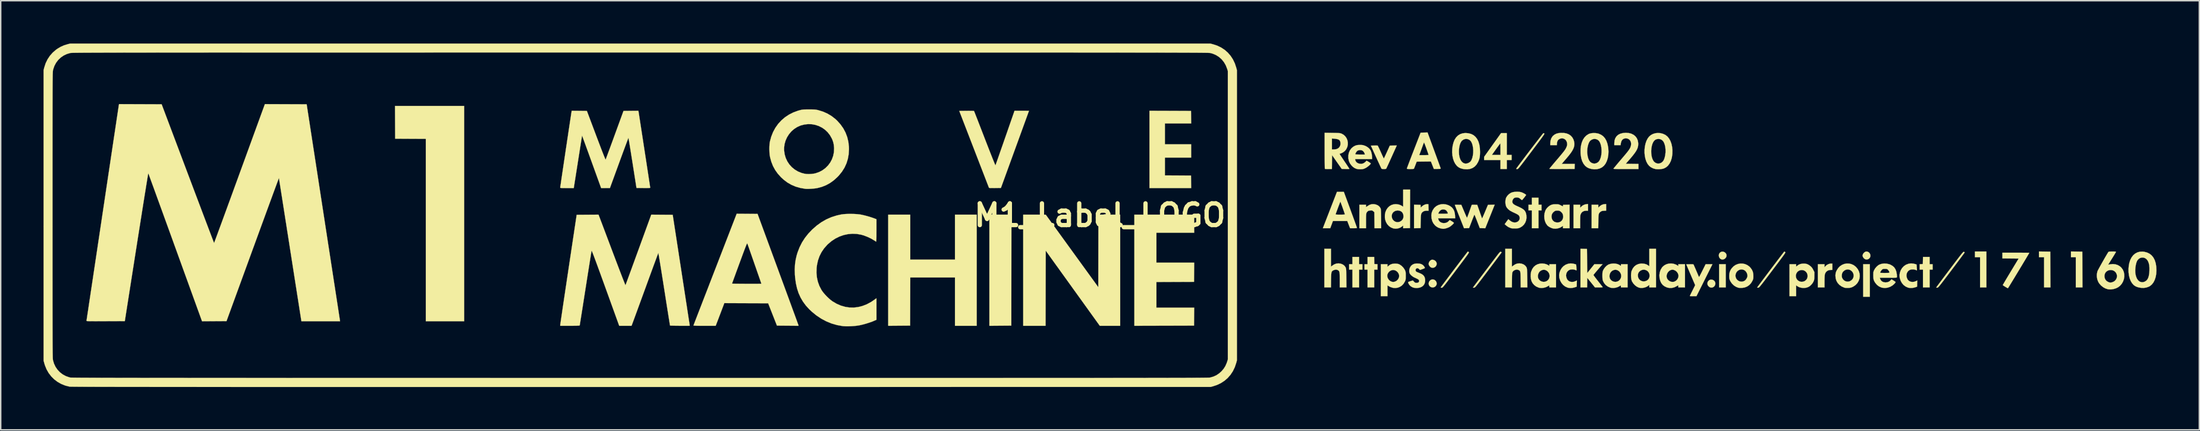
<source format=kicad_pcb>
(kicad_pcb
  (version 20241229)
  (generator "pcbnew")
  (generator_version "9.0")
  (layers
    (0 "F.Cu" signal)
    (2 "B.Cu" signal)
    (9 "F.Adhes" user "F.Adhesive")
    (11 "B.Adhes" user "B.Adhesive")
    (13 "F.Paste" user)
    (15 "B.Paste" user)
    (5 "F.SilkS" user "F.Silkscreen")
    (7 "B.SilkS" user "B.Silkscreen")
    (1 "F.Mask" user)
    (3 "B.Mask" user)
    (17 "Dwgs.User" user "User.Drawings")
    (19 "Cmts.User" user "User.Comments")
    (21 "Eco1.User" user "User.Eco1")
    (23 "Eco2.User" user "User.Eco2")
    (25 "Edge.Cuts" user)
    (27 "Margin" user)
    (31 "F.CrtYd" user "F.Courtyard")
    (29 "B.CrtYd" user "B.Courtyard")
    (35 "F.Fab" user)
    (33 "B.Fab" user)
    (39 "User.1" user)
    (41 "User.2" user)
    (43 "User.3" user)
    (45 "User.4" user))
  (footprint "M1_Label_LOGO"
    (layer "F.Cu")
    (at 74.035 12.038)
    (property "Reference" "M1_Label_LOGO" (at 0 0 0) (layer "F.SilkS") (effects (font (size 1.524 1.524) (thickness 0.3))))
    (attr through_hole)
    (fp_poly (pts (xy 43.857 5.059) (xy 43.392 5.059) (xy 43.392 3.429) (xy 43.857 3.429) (xy 43.857 5.059)) (stroke (width 0.01) (type solid)) (fill yes) (layer "F.SilkS"))
    (fp_poly (pts (xy 53.954 5.715) (xy 53.488 5.715) (xy 53.488 3.429) (xy 53.954 3.429) (xy 53.954 5.715)) (stroke (width 0.01) (type solid)) (fill yes) (layer "F.SilkS"))
    (fp_poly (pts (xy -6.212 7.736) (xy -6.98 7.742) (xy -7.747 7.748) (xy -7.747 -0.042) (xy -6.202 -0.042) (xy -6.212 7.736)) (stroke (width 0.01) (type solid)) (fill yes) (layer "F.SilkS"))
    (fp_poly (pts (xy 62.124 5.059) (xy 61.68 5.059) (xy 61.68 2.942) (xy 61.32 2.942) (xy 61.32 2.54) (xy 62.124 2.54) (xy 62.124 5.059)) (stroke (width 0.01) (type solid)) (fill yes) (layer "F.SilkS"))
    (fp_poly (pts (xy -44.556 7.429) (xy -47.244 7.429) (xy -47.244 -5.355) (xy -48.318 -5.36) (xy -49.392 -5.366) (xy -49.398 -6.514) (xy -49.403 -7.662) (xy -44.556 -7.662) (xy -44.556 7.429)) (stroke (width 0.01) (type solid)) (fill yes) (layer "F.SilkS"))
    (fp_poly (pts (xy 66.204 2.545) (xy 66.601 2.551) (xy 66.606 3.805) (xy 66.612 5.059) (xy 66.167 5.059) (xy 66.167 2.942) (xy 65.807 2.942) (xy 65.807 2.539) (xy 66.204 2.545)) (stroke (width 0.01) (type solid)) (fill yes) (layer "F.SilkS"))
    (fp_poly (pts (xy 68.448 2.545) (xy 68.845 2.551) (xy 68.85 3.805) (xy 68.856 5.059) (xy 68.389 5.059) (xy 68.389 2.942) (xy 68.051 2.942) (xy 68.051 2.539) (xy 68.448 2.545)) (stroke (width 0.01) (type solid)) (fill yes) (layer "F.SilkS"))
    (fp_poly (pts (xy 18.161 3.429) (xy 18.394 3.429) (xy 18.394 3.81) (xy 18.161 3.81) (xy 18.161 5.059) (xy 17.695 5.059) (xy 17.695 3.81) (xy 17.462 3.81) (xy 17.462 3.429) (xy 17.695 3.429) (xy 17.695 2.921) (xy 18.161 2.921) (xy 18.161 3.429)) (stroke (width 0.01) (type solid)) (fill yes) (layer "F.SilkS"))
    (fp_poly (pts (xy 30.734 -0.741) (xy 30.946 -0.741) (xy 30.946 -0.339) (xy 30.734 -0.339) (xy 30.734 0.91) (xy 30.268 0.91) (xy 30.268 -0.339) (xy 30.035 -0.339) (xy 30.035 -0.741) (xy 30.268 -0.741) (xy 30.268 -1.228) (xy 30.734 -1.228) (xy 30.734 -0.741)) (stroke (width 0.01) (type solid)) (fill yes) (layer "F.SilkS"))
    (fp_poly (pts (xy -13.293 3.111) (xy -10.16 3.111) (xy -10.16 -0.042) (xy -8.636 -0.042) (xy -8.636 7.747) (xy -10.16 7.747) (xy -10.16 4.36) (xy -13.292 4.36) (xy -13.303 7.736) (xy -14.071 7.742) (xy -14.838 7.748) (xy -14.838 -0.042) (xy -13.293 -0.042) (xy -13.293 3.111)) (stroke (width 0.01) (type solid)) (fill yes) (layer "F.SilkS"))
    (fp_poly (pts (xy 19.224 3.17) (xy 19.23 3.418) (xy 19.341 3.425) (xy 19.452 3.431) (xy 19.452 3.81) (xy 19.219 3.81) (xy 19.219 5.059) (xy 18.754 5.059) (xy 18.754 3.81) (xy 18.542 3.81) (xy 18.542 3.429) (xy 18.754 3.429) (xy 18.754 2.921) (xy 19.218 2.921) (xy 19.224 3.17)) (stroke (width 0.01) (type solid)) (fill yes) (layer "F.SilkS"))
    (fp_poly (pts (xy 58.145 3.429) (xy 58.356 3.429) (xy 58.356 3.81) (xy 58.145 3.81) (xy 58.145 5.059) (xy 57.679 5.059) (xy 57.679 3.81) (xy 57.446 3.81) (xy 57.446 3.431) (xy 57.557 3.425) (xy 57.669 3.418) (xy 57.675 3.17) (xy 57.681 2.921) (xy 58.145 2.921) (xy 58.145 3.429)) (stroke (width 0.01) (type solid)) (fill yes) (layer "F.SilkS"))
    (fp_poly (pts (xy 4.927 -7.319) (xy 6.382 -7.313) (xy 6.393 -6.435) (xy 4.551 -6.435) (xy 4.551 -4.974) (xy 6.392 -4.974) (xy 6.392 -4.043) (xy 4.551 -4.043) (xy 4.551 -2.794) (xy 5.466 -2.789) (xy 6.382 -2.783) (xy 6.387 -2.344) (xy 6.393 -1.905) (xy 3.471 -1.905) (xy 3.471 -7.324) (xy 4.927 -7.319)) (stroke (width 0.01) (type solid)) (fill yes) (layer "F.SilkS"))
    (fp_poly (pts (xy 6.604 1.228) (xy 3.958 1.228) (xy 3.958 3.323) (xy 6.605 3.323) (xy 6.599 3.995) (xy 6.593 4.667) (xy 3.958 4.678) (xy 3.958 6.477) (xy 6.605 6.477) (xy 6.599 7.107) (xy 6.593 7.736) (xy 4.503 7.742) (xy 2.413 7.747) (xy 2.413 -0.042) (xy 6.604 -0.042) (xy 6.604 1.228)) (stroke (width 0.01) (type solid)) (fill yes) (layer "F.SilkS"))
    (fp_poly (pts (xy 42.943 4.527) (xy 43.029 4.576) (xy 43.093 4.649) (xy 43.128 4.738) (xy 43.13 4.811) (xy 43.1 4.914) (xy 43.042 4.995) (xy 42.963 5.049) (xy 42.872 5.073) (xy 42.776 5.061) (xy 42.736 5.044) (xy 42.649 4.979) (xy 42.592 4.894) (xy 42.569 4.798) (xy 42.582 4.701) (xy 42.614 4.634) (xy 42.686 4.556) (xy 42.774 4.516) (xy 42.842 4.509) (xy 42.943 4.527)) (stroke (width 0.01) (type solid)) (fill yes) (layer "F.SilkS"))
    (fp_poly (pts (xy 23.383 4.503) (xy 23.465 4.541) (xy 23.533 4.601) (xy 23.58 4.68) (xy 23.601 4.769) (xy 23.59 4.863) (xy 23.572 4.905) (xy 23.507 4.99) (xy 23.42 5.043) (xy 23.32 5.062) (xy 23.218 5.044) (xy 23.165 5.019) (xy 23.09 4.951) (xy 23.047 4.866) (xy 23.036 4.773) (xy 23.057 4.679) (xy 23.109 4.595) (xy 23.191 4.528) (xy 23.2 4.523) (xy 23.293 4.495) (xy 23.383 4.503)) (stroke (width 0.01) (type solid)) (fill yes) (layer "F.SilkS"))
    (fp_poly (pts (xy 43.689 2.556) (xy 43.77 2.588) (xy 43.839 2.641) (xy 43.889 2.712) (xy 43.913 2.795) (xy 43.905 2.886) (xy 43.886 2.935) (xy 43.821 3.025) (xy 43.735 3.082) (xy 43.635 3.104) (xy 43.571 3.098) (xy 43.487 3.06) (xy 43.424 2.994) (xy 43.384 2.909) (xy 43.369 2.815) (xy 43.384 2.722) (xy 43.43 2.64) (xy 43.436 2.633) (xy 43.515 2.574) (xy 43.602 2.55) (xy 43.689 2.556)) (stroke (width 0.01) (type solid)) (fill yes) (layer "F.SilkS"))
    (fp_poly (pts (xy 53.815 2.559) (xy 53.897 2.61) (xy 53.957 2.685) (xy 53.991 2.776) (xy 53.994 2.874) (xy 53.965 2.961) (xy 53.904 3.038) (xy 53.82 3.086) (xy 53.725 3.102) (xy 53.631 3.082) (xy 53.616 3.075) (xy 53.54 3.019) (xy 53.482 2.943) (xy 53.449 2.861) (xy 53.446 2.828) (xy 53.464 2.745) (xy 53.511 2.664) (xy 53.579 2.597) (xy 53.656 2.552) (xy 53.716 2.54) (xy 53.815 2.559)) (stroke (width 0.01) (type solid)) (fill yes) (layer "F.SilkS"))
    (fp_poly (pts (xy 23.427 3.147) (xy 23.508 3.202) (xy 23.535 3.229) (xy 23.587 3.314) (xy 23.602 3.403) (xy 23.586 3.49) (xy 23.544 3.568) (xy 23.48 3.631) (xy 23.399 3.672) (xy 23.307 3.684) (xy 23.208 3.662) (xy 23.151 3.623) (xy 23.095 3.56) (xy 23.053 3.488) (xy 23.04 3.451) (xy 23.04 3.359) (xy 23.074 3.269) (xy 23.134 3.19) (xy 23.213 3.134) (xy 23.255 3.119) (xy 23.337 3.118) (xy 23.427 3.147)) (stroke (width 0.01) (type solid)) (fill yes) (layer "F.SilkS"))
    (fp_poly (pts (xy 34.205 -0.318) (xy 34.077 -0.318) (xy 33.94 -0.302) (xy 33.829 -0.253) (xy 33.744 -0.172) (xy 33.684 -0.057) (xy 33.679 -0.044) (xy 33.67 0.006) (xy 33.663 0.095) (xy 33.658 0.219) (xy 33.655 0.374) (xy 33.655 0.469) (xy 33.655 0.91) (xy 33.189 0.91) (xy 33.189 -0.741) (xy 33.655 -0.741) (xy 33.655 -0.521) (xy 33.724 -0.596) (xy 33.839 -0.691) (xy 33.978 -0.753) (xy 34.087 -0.775) (xy 34.205 -0.789) (xy 34.205 -0.318)) (stroke (width 0.01) (type solid)) (fill yes) (layer "F.SilkS"))
    (fp_poly (pts (xy 51.329 3.831) (xy 51.218 3.832) (xy 51.081 3.85) (xy 50.966 3.902) (xy 50.877 3.984) (xy 50.817 4.094) (xy 50.802 4.149) (xy 50.794 4.205) (xy 50.788 4.294) (xy 50.783 4.407) (xy 50.78 4.536) (xy 50.779 4.658) (xy 50.779 5.059) (xy 50.313 5.059) (xy 50.313 3.429) (xy 50.779 3.429) (xy 50.779 3.65) (xy 50.846 3.569) (xy 50.938 3.486) (xy 51.053 3.425) (xy 51.175 3.391) (xy 51.229 3.387) (xy 51.329 3.387) (xy 51.329 3.831)) (stroke (width 0.01) (type solid)) (fill yes) (layer "F.SilkS"))
    (fp_poly (pts (xy 35.475 -0.322) (xy 35.32 -0.314) (xy 35.231 -0.307) (xy 35.169 -0.294) (xy 35.119 -0.27) (xy 35.087 -0.247) (xy 35.042 -0.211) (xy 35.006 -0.176) (xy 34.98 -0.136) (xy 34.961 -0.085) (xy 34.947 -0.018) (xy 34.939 0.071) (xy 34.934 0.188) (xy 34.93 0.339) (xy 34.929 0.429) (xy 34.922 0.91) (xy 34.459 0.91) (xy 34.459 -0.741) (xy 34.925 -0.741) (xy 34.925 -0.53) (xy 35.018 -0.624) (xy 35.131 -0.709) (xy 35.265 -0.764) (xy 35.405 -0.783) (xy 35.475 -0.783) (xy 35.475 -0.322)) (stroke (width 0.01) (type solid)) (fill yes) (layer "F.SilkS"))
    (fp_poly (pts (xy 1.418 7.747) (xy 0.704 7.747) (xy -0.011 7.747) (xy -1.492 5.688) (xy -1.691 5.412) (xy -1.889 5.137) (xy -2.084 4.865) (xy -2.275 4.6) (xy -2.458 4.345) (xy -2.633 4.103) (xy -2.796 3.876) (xy -2.945 3.668) (xy -3.08 3.482) (xy -3.196 3.32) (xy -3.293 3.186) (xy -3.367 3.082) (xy -3.386 3.056) (xy -3.799 2.481) (xy -3.805 5.114) (xy -3.81 7.747) (xy -5.376 7.747) (xy -5.376 -0.042) (xy -4.588 -0.042) (xy -3.799 -0.041) (xy -1.958 2.499) (xy -0.116 5.04) (xy -0.106 -0.042) (xy 1.418 -0.042) (xy 1.418 7.747)) (stroke (width 0.01) (type solid)) (fill yes) (layer "F.SilkS"))
    (fp_poly (pts (xy 23.019 -0.773) (xy 23.025 -0.545) (xy 23.031 -0.318) (xy 22.904 -0.318) (xy 22.784 -0.309) (xy 22.692 -0.282) (xy 22.617 -0.233) (xy 22.609 -0.226) (xy 22.573 -0.19) (xy 22.545 -0.154) (xy 22.523 -0.112) (xy 22.508 -0.059) (xy 22.497 0.012) (xy 22.489 0.107) (xy 22.484 0.231) (xy 22.48 0.39) (xy 22.479 0.423) (xy 22.468 0.9) (xy 22.241 0.906) (xy 22.013 0.912) (xy 22.013 -0.742) (xy 22.241 -0.736) (xy 22.468 -0.73) (xy 22.475 -0.634) (xy 22.481 -0.538) (xy 22.575 -0.628) (xy 22.666 -0.697) (xy 22.773 -0.748) (xy 22.881 -0.777) (xy 22.96 -0.779) (xy 23.019 -0.773)) (stroke (width 0.01) (type solid)) (fill yes) (layer "F.SilkS"))
    (fp_poly (pts (xy 28.512 -4.233) (xy 28.85 -4.233) (xy 28.85 -3.873) (xy 28.512 -3.873) (xy 28.512 -3.239) (xy 28.067 -3.239) (xy 28.067 -3.873) (xy 26.924 -3.873) (xy 26.925 -4.096) (xy 27.023 -4.233) (xy 27.471 -4.233) (xy 28.067 -4.233) (xy 28.067 -4.636) (xy 28.067 -4.761) (xy 28.065 -4.87) (xy 28.063 -4.957) (xy 28.061 -5.015) (xy 28.058 -5.038) (xy 28.058 -5.038) (xy 28.042 -5.021) (xy 28.006 -4.974) (xy 27.951 -4.901) (xy 27.882 -4.807) (xy 27.8 -4.695) (xy 27.71 -4.569) (xy 27.614 -4.435) (xy 27.572 -4.376) (xy 27.471 -4.233) (xy 27.023 -4.233) (xy 27.517 -4.927) (xy 28.11 -5.757) (xy 28.512 -5.757) (xy 28.512 -4.233)) (stroke (width 0.01) (type solid)) (fill yes) (layer "F.SilkS"))
    (fp_poly (pts (xy 33.904 2.354) (xy 34.131 2.36) (xy 34.142 3.205) (xy 34.152 4.05) (xy 34.402 3.74) (xy 34.651 3.429) (xy 35.229 3.429) (xy 35.186 3.477) (xy 35.092 3.583) (xy 34.995 3.694) (xy 34.9 3.805) (xy 34.81 3.91) (xy 34.73 4.005) (xy 34.664 4.085) (xy 34.616 4.146) (xy 34.59 4.182) (xy 34.586 4.19) (xy 34.599 4.212) (xy 34.634 4.263) (xy 34.689 4.337) (xy 34.759 4.429) (xy 34.842 4.535) (xy 34.9 4.61) (xy 34.989 4.722) (xy 35.069 4.824) (xy 35.138 4.912) (xy 35.189 4.979) (xy 35.221 5.021) (xy 35.229 5.032) (xy 35.227 5.044) (xy 35.201 5.051) (xy 35.146 5.056) (xy 35.057 5.058) (xy 34.969 5.059) (xy 34.694 5.059) (xy 34.152 4.387) (xy 34.141 5.059) (xy 33.676 5.059) (xy 33.676 2.348) (xy 33.904 2.354)) (stroke (width 0.01) (type solid)) (fill yes) (layer "F.SilkS"))
    (fp_poly (pts (xy 42.365 4.551) (xy 41.804 5.673) (xy 41.571 5.673) (xy 41.478 5.672) (xy 41.402 5.669) (xy 41.353 5.666) (xy 41.339 5.662) (xy 41.348 5.64) (xy 41.373 5.587) (xy 41.411 5.508) (xy 41.46 5.408) (xy 41.517 5.295) (xy 41.526 5.276) (xy 41.714 4.9) (xy 41.401 4.17) (xy 41.088 3.44) (xy 41.333 3.434) (xy 41.431 3.433) (xy 41.513 3.434) (xy 41.571 3.438) (xy 41.594 3.444) (xy 41.606 3.468) (xy 41.633 3.524) (xy 41.67 3.609) (xy 41.716 3.714) (xy 41.769 3.836) (xy 41.794 3.895) (xy 41.848 4.021) (xy 41.896 4.133) (xy 41.936 4.226) (xy 41.966 4.294) (xy 41.983 4.331) (xy 41.985 4.336) (xy 41.996 4.32) (xy 42.023 4.272) (xy 42.064 4.195) (xy 42.115 4.095) (xy 42.175 3.978) (xy 42.221 3.886) (xy 42.449 3.429) (xy 42.926 3.429) (xy 42.365 4.551)) (stroke (width 0.01) (type solid)) (fill yes) (layer "F.SilkS"))
    (fp_poly (pts (xy 19.339 -0.752) (xy 19.473 -0.697) (xy 19.574 -0.62) (xy 19.643 -0.528) (xy 19.657 -0.501) (xy 19.669 -0.476) (xy 19.678 -0.446) (xy 19.685 -0.407) (xy 19.69 -0.354) (xy 19.694 -0.283) (xy 19.697 -0.188) (xy 19.699 -0.064) (xy 19.701 0.094) (xy 19.702 0.238) (xy 19.709 0.91) (xy 19.242 0.91) (xy 19.236 0.347) (xy 19.23 -0.215) (xy 19.158 -0.279) (xy 19.115 -0.314) (xy 19.077 -0.332) (xy 19.027 -0.338) (xy 18.953 -0.335) (xy 18.868 -0.325) (xy 18.81 -0.308) (xy 18.766 -0.277) (xy 18.763 -0.274) (xy 18.728 -0.24) (xy 18.702 -0.207) (xy 18.682 -0.169) (xy 18.667 -0.121) (xy 18.658 -0.056) (xy 18.652 0.03) (xy 18.649 0.144) (xy 18.648 0.292) (xy 18.648 0.401) (xy 18.648 0.91) (xy 18.182 0.91) (xy 18.182 -0.741) (xy 18.648 -0.741) (xy 18.648 -0.568) (xy 18.751 -0.644) (xy 18.898 -0.731) (xy 19.046 -0.776) (xy 19.201 -0.78) (xy 19.339 -0.752)) (stroke (width 0.01) (type solid)) (fill yes) (layer "F.SilkS"))
    (fp_poly (pts (xy 16.192 3.602) (xy 16.272 3.539) (xy 16.421 3.442) (xy 16.571 3.386) (xy 16.724 3.371) (xy 16.883 3.397) (xy 16.886 3.397) (xy 17.021 3.453) (xy 17.131 3.536) (xy 17.208 3.639) (xy 17.222 3.667) (xy 17.233 3.696) (xy 17.242 3.731) (xy 17.249 3.777) (xy 17.255 3.838) (xy 17.259 3.919) (xy 17.262 4.025) (xy 17.265 4.162) (xy 17.267 4.335) (xy 17.268 4.408) (xy 17.275 5.059) (xy 16.806 5.059) (xy 16.806 4.556) (xy 16.805 4.409) (xy 16.803 4.272) (xy 16.799 4.153) (xy 16.794 4.058) (xy 16.788 3.994) (xy 16.784 3.975) (xy 16.743 3.896) (xy 16.673 3.842) (xy 16.583 3.815) (xy 16.481 3.817) (xy 16.374 3.851) (xy 16.373 3.852) (xy 16.324 3.877) (xy 16.286 3.905) (xy 16.256 3.939) (xy 16.234 3.985) (xy 16.219 4.048) (xy 16.209 4.134) (xy 16.203 4.247) (xy 16.199 4.394) (xy 16.196 4.546) (xy 16.19 5.059) (xy 15.727 5.059) (xy 15.727 2.349) (xy 16.192 2.349) (xy 16.192 3.602)) (stroke (width 0.01) (type solid)) (fill yes) (layer "F.SilkS"))
    (fp_poly (pts (xy 20.442 -4.091) (xy 20.364 -3.918) (xy 20.291 -3.757) (xy 20.225 -3.612) (xy 20.167 -3.486) (xy 20.119 -3.385) (xy 20.085 -3.312) (xy 20.065 -3.271) (xy 20.061 -3.265) (xy 20.026 -3.249) (xy 19.956 -3.24) (xy 19.897 -3.239) (xy 19.808 -3.243) (xy 19.75 -3.254) (xy 19.732 -3.265) (xy 19.719 -3.289) (xy 19.691 -3.348) (xy 19.648 -3.437) (xy 19.595 -3.552) (xy 19.531 -3.689) (xy 19.46 -3.843) (xy 19.384 -4.011) (xy 19.349 -4.085) (xy 18.988 -4.879) (xy 19.213 -4.885) (xy 19.308 -4.887) (xy 19.388 -4.886) (xy 19.443 -4.885) (xy 19.462 -4.882) (xy 19.477 -4.861) (xy 19.506 -4.806) (xy 19.547 -4.724) (xy 19.596 -4.62) (xy 19.651 -4.499) (xy 19.684 -4.426) (xy 19.741 -4.299) (xy 19.792 -4.186) (xy 19.836 -4.093) (xy 19.869 -4.024) (xy 19.89 -3.986) (xy 19.895 -3.98) (xy 19.907 -3.998) (xy 19.933 -4.05) (xy 19.972 -4.13) (xy 20.02 -4.232) (xy 20.075 -4.352) (xy 20.111 -4.43) (xy 20.314 -4.879) (xy 20.803 -4.891) (xy 20.442 -4.091)) (stroke (width 0.01) (type solid)) (fill yes) (layer "F.SilkS"))
    (fp_poly (pts (xy 64.383 2.625) (xy 64.564 2.625) (xy 64.728 2.626) (xy 64.869 2.627) (xy 64.984 2.629) (xy 65.069 2.63) (xy 65.118 2.632) (xy 65.13 2.634) (xy 65.119 2.654) (xy 65.089 2.707) (xy 65.041 2.789) (xy 64.977 2.896) (xy 64.901 3.025) (xy 64.813 3.172) (xy 64.716 3.333) (xy 64.613 3.506) (xy 64.504 3.685) (xy 64.394 3.869) (xy 64.283 4.052) (xy 64.174 4.232) (xy 64.07 4.405) (xy 63.971 4.567) (xy 63.881 4.715) (xy 63.801 4.845) (xy 63.735 4.954) (xy 63.683 5.037) (xy 63.648 5.092) (xy 63.633 5.115) (xy 63.632 5.115) (xy 63.608 5.106) (xy 63.558 5.08) (xy 63.489 5.04) (xy 63.447 5.015) (xy 63.373 4.968) (xy 63.314 4.929) (xy 63.279 4.902) (xy 63.273 4.895) (xy 63.283 4.874) (xy 63.312 4.821) (xy 63.36 4.738) (xy 63.423 4.63) (xy 63.5 4.499) (xy 63.589 4.35) (xy 63.688 4.185) (xy 63.795 4.008) (xy 63.825 3.958) (xy 64.382 3.037) (xy 63.246 3.026) (xy 63.246 2.625) (xy 64.188 2.625) (xy 64.383 2.625)) (stroke (width 0.01) (type solid)) (fill yes) (layer "F.SilkS"))
    (fp_poly (pts (xy 28.871 3.602) (xy 28.951 3.539) (xy 29.097 3.443) (xy 29.24 3.387) (xy 29.387 3.37) (xy 29.542 3.392) (xy 29.558 3.396) (xy 29.696 3.451) (xy 29.807 3.533) (xy 29.886 3.637) (xy 29.9 3.667) (xy 29.911 3.697) (xy 29.92 3.732) (xy 29.927 3.778) (xy 29.933 3.84) (xy 29.937 3.923) (xy 29.941 4.031) (xy 29.943 4.17) (xy 29.946 4.345) (xy 29.947 4.408) (xy 29.954 5.059) (xy 29.488 5.059) (xy 29.481 4.514) (xy 29.479 4.339) (xy 29.476 4.201) (xy 29.471 4.095) (xy 29.464 4.016) (xy 29.454 3.958) (xy 29.439 3.918) (xy 29.418 3.889) (xy 29.391 3.866) (xy 29.357 3.845) (xy 29.357 3.844) (xy 29.266 3.814) (xy 29.165 3.815) (xy 29.065 3.844) (xy 28.979 3.898) (xy 28.93 3.955) (xy 28.915 3.981) (xy 28.903 4.009) (xy 28.894 4.043) (xy 28.888 4.091) (xy 28.884 4.157) (xy 28.88 4.247) (xy 28.878 4.368) (xy 28.876 4.524) (xy 28.875 4.546) (xy 28.869 5.059) (xy 28.406 5.059) (xy 28.406 2.349) (xy 28.871 2.349) (xy 28.871 3.602)) (stroke (width 0.01) (type solid)) (fill yes) (layer "F.SilkS"))
    (fp_poly (pts (xy 33.164 3.392) (xy 33.276 3.421) (xy 33.374 3.452) (xy 33.387 3.613) (xy 33.394 3.698) (xy 33.399 3.773) (xy 33.401 3.821) (xy 33.401 3.824) (xy 33.399 3.857) (xy 33.385 3.863) (xy 33.348 3.847) (xy 33.333 3.84) (xy 33.274 3.818) (xy 33.194 3.801) (xy 33.136 3.794) (xy 32.995 3.801) (xy 32.875 3.843) (xy 32.778 3.92) (xy 32.708 4.028) (xy 32.679 4.11) (xy 32.666 4.231) (xy 32.687 4.359) (xy 32.737 4.481) (xy 32.766 4.526) (xy 32.848 4.605) (xy 32.954 4.656) (xy 33.075 4.675) (xy 33.204 4.663) (xy 33.332 4.617) (xy 33.336 4.615) (xy 33.424 4.57) (xy 33.412 5.006) (xy 33.274 5.053) (xy 33.128 5.088) (xy 32.975 5.099) (xy 32.831 5.085) (xy 32.772 5.07) (xy 32.609 4.998) (xy 32.467 4.891) (xy 32.35 4.754) (xy 32.259 4.591) (xy 32.2 4.406) (xy 32.192 4.364) (xy 32.181 4.19) (xy 32.209 4.017) (xy 32.27 3.852) (xy 32.361 3.701) (xy 32.478 3.574) (xy 32.619 3.476) (xy 32.643 3.463) (xy 32.815 3.399) (xy 32.986 3.375) (xy 33.164 3.392)) (stroke (width 0.01) (type solid)) (fill yes) (layer "F.SilkS"))
    (fp_poly (pts (xy 57.018 3.392) (xy 57.131 3.421) (xy 57.229 3.452) (xy 57.242 3.613) (xy 57.249 3.698) (xy 57.254 3.773) (xy 57.256 3.821) (xy 57.256 3.824) (xy 57.254 3.857) (xy 57.24 3.863) (xy 57.203 3.847) (xy 57.188 3.84) (xy 57.129 3.818) (xy 57.049 3.801) (xy 56.991 3.794) (xy 56.85 3.801) (xy 56.729 3.843) (xy 56.633 3.92) (xy 56.562 4.028) (xy 56.534 4.11) (xy 56.521 4.231) (xy 56.541 4.359) (xy 56.592 4.481) (xy 56.62 4.526) (xy 56.703 4.605) (xy 56.809 4.656) (xy 56.93 4.675) (xy 57.059 4.663) (xy 57.187 4.617) (xy 57.19 4.615) (xy 57.278 4.57) (xy 57.266 5.006) (xy 57.129 5.053) (xy 56.983 5.088) (xy 56.83 5.099) (xy 56.686 5.085) (xy 56.627 5.07) (xy 56.464 4.998) (xy 56.322 4.891) (xy 56.204 4.754) (xy 56.114 4.591) (xy 56.055 4.406) (xy 56.047 4.364) (xy 56.036 4.189) (xy 56.063 4.015) (xy 56.124 3.85) (xy 56.216 3.7) (xy 56.335 3.572) (xy 56.476 3.474) (xy 56.498 3.463) (xy 56.669 3.399) (xy 56.841 3.375) (xy 57.018 3.392)) (stroke (width 0.01) (type solid)) (fill yes) (layer "F.SilkS"))
    (fp_poly (pts (xy 28.091 2.562) (xy 28.099 2.565) (xy 28.138 2.587) (xy 28.152 2.602) (xy 28.139 2.62) (xy 28.103 2.67) (xy 28.045 2.748) (xy 27.968 2.851) (xy 27.874 2.978) (xy 27.764 3.125) (xy 27.64 3.29) (xy 27.505 3.469) (xy 27.36 3.661) (xy 27.224 3.842) (xy 27.048 4.075) (xy 26.896 4.276) (xy 26.765 4.449) (xy 26.654 4.594) (xy 26.561 4.715) (xy 26.484 4.813) (xy 26.422 4.892) (xy 26.372 4.953) (xy 26.332 4.998) (xy 26.301 5.031) (xy 26.277 5.052) (xy 26.258 5.065) (xy 26.241 5.072) (xy 26.226 5.075) (xy 26.219 5.076) (xy 26.168 5.078) (xy 26.142 5.073) (xy 26.141 5.071) (xy 26.153 5.052) (xy 26.19 5.002) (xy 26.248 4.923) (xy 26.327 4.817) (xy 26.425 4.686) (xy 26.54 4.533) (xy 26.67 4.36) (xy 26.814 4.169) (xy 26.969 3.963) (xy 27.135 3.744) (xy 27.309 3.514) (xy 27.489 3.276) (xy 27.675 3.031) (xy 27.722 2.969) (xy 27.821 2.838) (xy 27.899 2.737) (xy 27.958 2.663) (xy 28.001 2.612) (xy 28.033 2.58) (xy 28.056 2.563) (xy 28.075 2.558) (xy 28.091 2.562)) (stroke (width 0.01) (type solid)) (fill yes) (layer "F.SilkS"))
    (fp_poly (pts (xy 31.116 -5.746) (xy 31.141 -5.731) (xy 31.145 -5.724) (xy 31.144 -5.71) (xy 31.135 -5.687) (xy 31.116 -5.654) (xy 31.087 -5.607) (xy 31.045 -5.546) (xy 30.989 -5.467) (xy 30.917 -5.368) (xy 30.827 -5.246) (xy 30.719 -5.101) (xy 30.59 -4.929) (xy 30.438 -4.728) (xy 30.263 -4.495) (xy 30.245 -4.471) (xy 30.068 -4.238) (xy 29.916 -4.036) (xy 29.785 -3.863) (xy 29.673 -3.717) (xy 29.58 -3.596) (xy 29.503 -3.497) (xy 29.441 -3.419) (xy 29.391 -3.358) (xy 29.351 -3.312) (xy 29.321 -3.28) (xy 29.297 -3.259) (xy 29.278 -3.247) (xy 29.263 -3.241) (xy 29.248 -3.239) (xy 29.241 -3.239) (xy 29.192 -3.243) (xy 29.169 -3.252) (xy 29.169 -3.254) (xy 29.182 -3.276) (xy 29.218 -3.327) (xy 29.275 -3.405) (xy 29.351 -3.507) (xy 29.442 -3.63) (xy 29.548 -3.77) (xy 29.664 -3.924) (xy 29.788 -4.089) (xy 29.919 -4.261) (xy 30.054 -4.438) (xy 30.19 -4.616) (xy 30.325 -4.792) (xy 30.456 -4.963) (xy 30.58 -5.125) (xy 30.697 -5.275) (xy 30.802 -5.411) (xy 30.893 -5.528) (xy 30.969 -5.625) (xy 31.026 -5.696) (xy 31.062 -5.74) (xy 31.075 -5.753) (xy 31.116 -5.746)) (stroke (width 0.01) (type solid)) (fill yes) (layer "F.SilkS"))
    (fp_poly (pts (xy 60.548 2.566) (xy 60.55 2.566) (xy 60.588 2.59) (xy 60.6 2.608) (xy 60.588 2.627) (xy 60.552 2.678) (xy 60.494 2.757) (xy 60.417 2.861) (xy 60.323 2.988) (xy 60.212 3.136) (xy 60.089 3.301) (xy 59.954 3.481) (xy 59.809 3.673) (xy 59.678 3.848) (xy 59.502 4.08) (xy 59.35 4.281) (xy 59.219 4.453) (xy 59.109 4.598) (xy 59.016 4.719) (xy 58.94 4.817) (xy 58.877 4.895) (xy 58.828 4.955) (xy 58.788 5) (xy 58.757 5.032) (xy 58.733 5.054) (xy 58.714 5.066) (xy 58.698 5.073) (xy 58.683 5.076) (xy 58.68 5.076) (xy 58.63 5.077) (xy 58.614 5.065) (xy 58.617 5.052) (xy 58.631 5.03) (xy 58.669 4.977) (xy 58.729 4.896) (xy 58.808 4.79) (xy 58.904 4.661) (xy 59.016 4.511) (xy 59.141 4.344) (xy 59.277 4.163) (xy 59.423 3.969) (xy 59.565 3.782) (xy 59.742 3.548) (xy 59.895 3.345) (xy 60.027 3.172) (xy 60.138 3.026) (xy 60.231 2.905) (xy 60.308 2.806) (xy 60.37 2.728) (xy 60.42 2.668) (xy 60.458 2.624) (xy 60.487 2.594) (xy 60.509 2.575) (xy 60.525 2.565) (xy 60.538 2.563) (xy 60.548 2.566)) (stroke (width 0.01) (type solid)) (fill yes) (layer "F.SilkS"))
    (fp_poly (pts (xy 25.808 2.553) (xy 25.841 2.577) (xy 25.849 2.585) (xy 25.854 2.594) (xy 25.854 2.607) (xy 25.848 2.627) (xy 25.833 2.655) (xy 25.809 2.695) (xy 25.774 2.748) (xy 25.725 2.816) (xy 25.662 2.903) (xy 25.583 3.011) (xy 25.486 3.141) (xy 25.369 3.296) (xy 25.231 3.479) (xy 25.07 3.692) (xy 24.953 3.847) (xy 24.777 4.081) (xy 24.624 4.282) (xy 24.493 4.455) (xy 24.382 4.601) (xy 24.289 4.722) (xy 24.212 4.821) (xy 24.149 4.9) (xy 24.099 4.961) (xy 24.06 5.006) (xy 24.029 5.038) (xy 24.005 5.059) (xy 23.986 5.072) (xy 23.97 5.078) (xy 23.956 5.08) (xy 23.947 5.08) (xy 23.9 5.075) (xy 23.879 5.064) (xy 23.88 5.061) (xy 23.894 5.04) (xy 23.931 4.989) (xy 23.988 4.91) (xy 24.064 4.808) (xy 24.156 4.686) (xy 24.261 4.546) (xy 24.377 4.392) (xy 24.501 4.227) (xy 24.631 4.054) (xy 24.765 3.876) (xy 24.9 3.697) (xy 25.034 3.521) (xy 25.164 3.349) (xy 25.288 3.185) (xy 25.404 3.033) (xy 25.509 2.896) (xy 25.6 2.776) (xy 25.676 2.678) (xy 25.733 2.604) (xy 25.77 2.557) (xy 25.784 2.541) (xy 25.808 2.553)) (stroke (width 0.01) (type solid)) (fill yes) (layer "F.SilkS"))
    (fp_poly (pts (xy 47.985 2.554) (xy 48.019 2.578) (xy 48.027 2.585) (xy 48.032 2.594) (xy 48.033 2.607) (xy 48.027 2.626) (xy 48.013 2.654) (xy 47.989 2.693) (xy 47.954 2.745) (xy 47.906 2.813) (xy 47.844 2.899) (xy 47.765 3.006) (xy 47.669 3.135) (xy 47.553 3.29) (xy 47.416 3.472) (xy 47.256 3.683) (xy 47.136 3.842) (xy 46.96 4.075) (xy 46.807 4.277) (xy 46.676 4.449) (xy 46.565 4.595) (xy 46.472 4.716) (xy 46.395 4.814) (xy 46.332 4.893) (xy 46.282 4.954) (xy 46.242 4.999) (xy 46.211 5.032) (xy 46.187 5.053) (xy 46.168 5.066) (xy 46.152 5.073) (xy 46.137 5.076) (xy 46.133 5.076) (xy 46.084 5.076) (xy 46.06 5.068) (xy 46.059 5.065) (xy 46.072 5.046) (xy 46.107 4.996) (xy 46.164 4.919) (xy 46.238 4.818) (xy 46.329 4.697) (xy 46.433 4.557) (xy 46.548 4.404) (xy 46.672 4.239) (xy 46.802 4.066) (xy 46.936 3.888) (xy 47.071 3.709) (xy 47.205 3.532) (xy 47.336 3.36) (xy 47.46 3.195) (xy 47.576 3.043) (xy 47.681 2.904) (xy 47.773 2.784) (xy 47.85 2.685) (xy 47.908 2.61) (xy 47.946 2.563) (xy 47.96 2.546) (xy 47.985 2.554)) (stroke (width 0.01) (type solid)) (fill yes) (layer "F.SilkS"))
    (fp_poly (pts (xy 21.733 -0.45) (xy 21.728 0.9) (xy 21.251 0.912) (xy 21.251 0.716) (xy 21.164 0.791) (xy 21.041 0.871) (xy 20.896 0.922) (xy 20.741 0.942) (xy 20.589 0.928) (xy 20.553 0.92) (xy 20.39 0.854) (xy 20.249 0.754) (xy 20.132 0.625) (xy 20.044 0.47) (xy 19.986 0.295) (xy 19.967 0.159) (xy 19.968 0.06) (xy 20.447 0.06) (xy 20.466 0.187) (xy 20.517 0.298) (xy 20.595 0.386) (xy 20.693 0.449) (xy 20.805 0.482) (xy 20.925 0.48) (xy 21.014 0.454) (xy 21.131 0.385) (xy 21.214 0.293) (xy 21.261 0.179) (xy 21.273 0.074) (xy 21.255 -0.063) (xy 21.204 -0.176) (xy 21.123 -0.261) (xy 21.016 -0.315) (xy 20.885 -0.336) (xy 20.838 -0.335) (xy 20.707 -0.308) (xy 20.598 -0.249) (xy 20.515 -0.163) (xy 20.463 -0.054) (xy 20.447 0.06) (xy 19.968 0.06) (xy 19.969 -0.039) (xy 20.005 -0.219) (xy 20.072 -0.38) (xy 20.165 -0.518) (xy 20.282 -0.631) (xy 20.419 -0.714) (xy 20.574 -0.764) (xy 20.742 -0.78) (xy 20.921 -0.757) (xy 20.934 -0.754) (xy 21.023 -0.725) (xy 21.11 -0.686) (xy 21.161 -0.656) (xy 21.251 -0.594) (xy 21.251 -1.799) (xy 21.738 -1.799) (xy 21.733 -0.45)) (stroke (width 0.01) (type solid)) (fill yes) (layer "F.SilkS"))
    (fp_poly (pts (xy 38.968 5.059) (xy 38.502 5.059) (xy 38.502 4.87) (xy 38.444 4.925) (xy 38.338 5) (xy 38.206 5.056) (xy 38.061 5.089) (xy 37.915 5.097) (xy 37.783 5.076) (xy 37.768 5.072) (xy 37.629 5.007) (xy 37.497 4.908) (xy 37.382 4.786) (xy 37.295 4.65) (xy 37.271 4.598) (xy 37.242 4.493) (xy 37.225 4.361) (xy 37.22 4.228) (xy 37.698 4.228) (xy 37.717 4.354) (xy 37.769 4.462) (xy 37.848 4.547) (xy 37.948 4.606) (xy 38.063 4.635) (xy 38.186 4.63) (xy 38.306 4.591) (xy 38.404 4.522) (xy 38.472 4.432) (xy 38.511 4.327) (xy 38.52 4.214) (xy 38.501 4.102) (xy 38.453 3.999) (xy 38.376 3.911) (xy 38.281 3.85) (xy 38.158 3.816) (xy 38.033 3.821) (xy 37.914 3.863) (xy 37.81 3.94) (xy 37.8 3.95) (xy 37.736 4.039) (xy 37.704 4.14) (xy 37.698 4.228) (xy 37.22 4.228) (xy 37.219 4.218) (xy 37.226 4.077) (xy 37.245 3.954) (xy 37.26 3.902) (xy 37.338 3.734) (xy 37.444 3.596) (xy 37.575 3.491) (xy 37.729 3.421) (xy 37.901 3.387) (xy 37.973 3.384) (xy 38.153 3.4) (xy 38.306 3.446) (xy 38.423 3.517) (xy 38.502 3.579) (xy 38.502 2.349) (xy 38.968 2.349) (xy 38.968 5.059)) (stroke (width 0.01) (type solid)) (fill yes) (layer "F.SilkS"))
    (fp_poly (pts (xy 31.153 3.398) (xy 31.291 3.436) (xy 31.408 3.493) (xy 31.459 3.53) (xy 31.484 3.548) (xy 31.494 3.537) (xy 31.496 3.496) (xy 31.496 3.429) (xy 31.962 3.429) (xy 31.962 5.059) (xy 31.499 5.059) (xy 31.492 4.984) (xy 31.485 4.91) (xy 31.402 4.967) (xy 31.271 5.035) (xy 31.12 5.08) (xy 30.963 5.098) (xy 30.814 5.088) (xy 30.745 5.071) (xy 30.578 4.999) (xy 30.437 4.896) (xy 30.324 4.767) (xy 30.246 4.619) (xy 30.207 4.476) (xy 30.188 4.313) (xy 30.188 4.296) (xy 30.691 4.296) (xy 30.714 4.412) (xy 30.721 4.43) (xy 30.785 4.531) (xy 30.877 4.606) (xy 30.986 4.653) (xy 31.103 4.67) (xy 31.222 4.653) (xy 31.331 4.602) (xy 31.335 4.599) (xy 31.429 4.51) (xy 31.488 4.402) (xy 31.514 4.284) (xy 31.505 4.163) (xy 31.462 4.046) (xy 31.384 3.942) (xy 31.362 3.922) (xy 31.253 3.85) (xy 31.138 3.82) (xy 31.017 3.831) (xy 30.892 3.885) (xy 30.805 3.958) (xy 30.74 4.058) (xy 30.701 4.174) (xy 30.691 4.296) (xy 30.188 4.296) (xy 30.188 4.146) (xy 30.21 3.992) (xy 30.222 3.944) (xy 30.295 3.77) (xy 30.396 3.625) (xy 30.525 3.512) (xy 30.678 3.432) (xy 30.854 3.388) (xy 30.858 3.387) (xy 31.004 3.381) (xy 31.153 3.398)) (stroke (width 0.01) (type solid)) (fill yes) (layer "F.SilkS"))
    (fp_poly (pts (xy 40.205 3.402) (xy 40.368 3.459) (xy 40.465 3.514) (xy 40.534 3.56) (xy 40.534 3.429) (xy 41 3.429) (xy 41 5.059) (xy 40.534 5.059) (xy 40.534 4.985) (xy 40.532 4.936) (xy 40.526 4.911) (xy 40.524 4.911) (xy 40.503 4.921) (xy 40.456 4.948) (xy 40.413 4.975) (xy 40.257 5.051) (xy 40.088 5.093) (xy 39.918 5.098) (xy 39.754 5.066) (xy 39.735 5.059) (xy 39.571 4.984) (xy 39.441 4.884) (xy 39.34 4.757) (xy 39.268 4.601) (xy 39.221 4.413) (xy 39.218 4.396) (xy 39.211 4.278) (xy 39.709 4.278) (xy 39.729 4.394) (xy 39.784 4.496) (xy 39.864 4.579) (xy 39.965 4.639) (xy 40.077 4.67) (xy 40.194 4.668) (xy 40.276 4.645) (xy 40.38 4.581) (xy 40.464 4.491) (xy 40.521 4.384) (xy 40.547 4.269) (xy 40.543 4.192) (xy 40.5 4.068) (xy 40.424 3.961) (xy 40.322 3.877) (xy 40.2 3.826) (xy 40.181 3.821) (xy 40.074 3.819) (xy 39.969 3.853) (xy 39.875 3.917) (xy 39.796 4.006) (xy 39.74 4.113) (xy 39.711 4.233) (xy 39.709 4.278) (xy 39.211 4.278) (xy 39.206 4.198) (xy 39.231 4.007) (xy 39.29 3.829) (xy 39.383 3.672) (xy 39.434 3.611) (xy 39.559 3.506) (xy 39.705 3.431) (xy 39.867 3.389) (xy 40.036 3.379) (xy 40.205 3.402)) (stroke (width 0.01) (type solid)) (fill yes) (layer "F.SilkS"))
    (fp_poly (pts (xy 49.417 3.392) (xy 49.543 3.417) (xy 49.658 3.47) (xy 49.775 3.552) (xy 49.852 3.621) (xy 49.912 3.693) (xy 49.968 3.785) (xy 49.985 3.819) (xy 50.07 3.985) (xy 50.068 4.241) (xy 50.066 4.361) (xy 50.061 4.449) (xy 50.051 4.519) (xy 50.034 4.58) (xy 50.019 4.62) (xy 49.953 4.744) (xy 49.857 4.864) (xy 49.745 4.966) (xy 49.644 5.029) (xy 49.502 5.078) (xy 49.345 5.097) (xy 49.184 5.088) (xy 49.03 5.051) (xy 48.897 4.988) (xy 48.874 4.972) (xy 48.789 4.91) (xy 48.789 5.673) (xy 48.324 5.673) (xy 48.324 4.256) (xy 48.768 4.256) (xy 48.787 4.381) (xy 48.839 4.487) (xy 48.917 4.572) (xy 49.017 4.632) (xy 49.13 4.663) (xy 49.251 4.661) (xy 49.372 4.621) (xy 49.381 4.617) (xy 49.44 4.576) (xy 49.501 4.52) (xy 49.517 4.501) (xy 49.569 4.407) (xy 49.593 4.294) (xy 49.588 4.177) (xy 49.554 4.07) (xy 49.554 4.07) (xy 49.48 3.964) (xy 49.388 3.891) (xy 49.285 3.85) (xy 49.175 3.838) (xy 49.068 3.854) (xy 48.967 3.897) (xy 48.881 3.966) (xy 48.815 4.058) (xy 48.776 4.172) (xy 48.768 4.256) (xy 48.324 4.256) (xy 48.324 3.429) (xy 48.789 3.429) (xy 48.789 3.602) (xy 48.855 3.546) (xy 48.962 3.47) (xy 49.073 3.422) (xy 49.202 3.396) (xy 49.268 3.391) (xy 49.417 3.392)) (stroke (width 0.01) (type solid)) (fill yes) (layer "F.SilkS"))
    (fp_poly (pts (xy 52.492 3.385) (xy 52.659 3.423) (xy 52.819 3.496) (xy 52.966 3.607) (xy 52.99 3.63) (xy 53.109 3.777) (xy 53.192 3.937) (xy 53.238 4.105) (xy 53.249 4.277) (xy 53.226 4.446) (xy 53.169 4.607) (xy 53.08 4.756) (xy 52.959 4.886) (xy 52.807 4.993) (xy 52.764 5.015) (xy 52.682 5.052) (xy 52.611 5.075) (xy 52.533 5.087) (xy 52.436 5.093) (xy 52.306 5.093) (xy 52.204 5.083) (xy 52.165 5.073) (xy 51.98 4.992) (xy 51.825 4.883) (xy 51.702 4.749) (xy 51.613 4.594) (xy 51.559 4.419) (xy 51.544 4.227) (xy 51.545 4.198) (xy 51.988 4.198) (xy 51.993 4.316) (xy 52.006 4.369) (xy 52.064 4.482) (xy 52.149 4.569) (xy 52.255 4.627) (xy 52.373 4.653) (xy 52.496 4.642) (xy 52.568 4.617) (xy 52.678 4.547) (xy 52.757 4.456) (xy 52.804 4.351) (xy 52.822 4.238) (xy 52.809 4.125) (xy 52.766 4.018) (xy 52.695 3.923) (xy 52.595 3.848) (xy 52.508 3.811) (xy 52.397 3.796) (xy 52.282 3.817) (xy 52.174 3.87) (xy 52.082 3.951) (xy 52.056 3.984) (xy 52.01 4.082) (xy 51.988 4.198) (xy 51.545 4.198) (xy 51.545 4.198) (xy 51.554 4.097) (xy 51.57 4.017) (xy 51.599 3.937) (xy 51.633 3.866) (xy 51.733 3.706) (xy 51.857 3.577) (xy 52 3.48) (xy 52.157 3.415) (xy 52.323 3.383) (xy 52.492 3.385)) (stroke (width 0.01) (type solid)) (fill yes) (layer "F.SilkS"))
    (fp_poly (pts (xy 20.722 3.391) (xy 20.823 3.398) (xy 20.899 3.412) (xy 20.964 3.435) (xy 21.014 3.46) (xy 21.142 3.55) (xy 21.259 3.669) (xy 21.352 3.803) (xy 21.375 3.848) (xy 21.398 3.901) (xy 21.414 3.95) (xy 21.424 4.003) (xy 21.429 4.072) (xy 21.431 4.166) (xy 21.431 4.244) (xy 21.431 4.358) (xy 21.428 4.441) (xy 21.422 4.502) (xy 21.41 4.552) (xy 21.391 4.602) (xy 21.366 4.657) (xy 21.271 4.81) (xy 21.151 4.933) (xy 21.011 5.023) (xy 20.856 5.08) (xy 20.692 5.101) (xy 20.524 5.086) (xy 20.357 5.031) (xy 20.269 4.985) (xy 20.151 4.914) (xy 20.151 5.673) (xy 19.685 5.673) (xy 19.685 4.195) (xy 20.137 4.195) (xy 20.139 4.305) (xy 20.176 4.417) (xy 20.24 4.518) (xy 20.327 4.599) (xy 20.415 4.646) (xy 20.499 4.67) (xy 20.57 4.674) (xy 20.651 4.659) (xy 20.665 4.655) (xy 20.775 4.604) (xy 20.867 4.52) (xy 20.935 4.413) (xy 20.965 4.315) (xy 20.967 4.202) (xy 20.932 4.093) (xy 20.869 3.995) (xy 20.782 3.914) (xy 20.68 3.859) (xy 20.569 3.835) (xy 20.509 3.837) (xy 20.385 3.874) (xy 20.278 3.944) (xy 20.196 4.041) (xy 20.145 4.157) (xy 20.137 4.195) (xy 19.685 4.195) (xy 19.685 3.429) (xy 20.151 3.429) (xy 20.151 3.615) (xy 20.229 3.543) (xy 20.346 3.46) (xy 20.483 3.409) (xy 20.644 3.39) (xy 20.722 3.391)) (stroke (width 0.01) (type solid)) (fill yes) (layer "F.SilkS"))
    (fp_poly (pts (xy 36.12 3.389) (xy 36.27 3.421) (xy 36.401 3.477) (xy 36.475 3.53) (xy 36.501 3.548) (xy 36.511 3.537) (xy 36.513 3.496) (xy 36.513 3.429) (xy 36.978 3.429) (xy 36.978 5.059) (xy 36.515 5.059) (xy 36.508 4.984) (xy 36.502 4.91) (xy 36.419 4.967) (xy 36.287 5.035) (xy 36.136 5.08) (xy 35.979 5.098) (xy 35.83 5.088) (xy 35.761 5.071) (xy 35.594 4.998) (xy 35.451 4.894) (xy 35.337 4.762) (xy 35.261 4.619) (xy 35.239 4.557) (xy 35.225 4.495) (xy 35.217 4.421) (xy 35.213 4.323) (xy 35.213 4.296) (xy 35.708 4.296) (xy 35.73 4.412) (xy 35.737 4.43) (xy 35.802 4.531) (xy 35.893 4.606) (xy 36.002 4.653) (xy 36.12 4.67) (xy 36.238 4.653) (xy 36.348 4.602) (xy 36.352 4.599) (xy 36.445 4.51) (xy 36.505 4.402) (xy 36.53 4.284) (xy 36.522 4.163) (xy 36.478 4.046) (xy 36.4 3.942) (xy 36.379 3.922) (xy 36.27 3.85) (xy 36.155 3.82) (xy 36.034 3.831) (xy 35.908 3.885) (xy 35.821 3.958) (xy 35.756 4.058) (xy 35.717 4.174) (xy 35.708 4.296) (xy 35.213 4.296) (xy 35.212 4.244) (xy 35.213 4.128) (xy 35.217 4.042) (xy 35.226 3.976) (xy 35.242 3.917) (xy 35.26 3.867) (xy 35.322 3.752) (xy 35.409 3.639) (xy 35.51 3.54) (xy 35.615 3.467) (xy 35.649 3.45) (xy 35.799 3.403) (xy 35.96 3.383) (xy 36.12 3.389)) (stroke (width 0.01) (type solid)) (fill yes) (layer "F.SilkS"))
    (fp_poly (pts (xy 32.041 -0.771) (xy 32.11 -0.766) (xy 32.167 -0.754) (xy 32.225 -0.731) (xy 32.296 -0.696) (xy 32.446 -0.619) (xy 32.453 -0.675) (xy 32.459 -0.73) (xy 32.687 -0.736) (xy 32.914 -0.742) (xy 32.914 0.91) (xy 32.449 0.91) (xy 32.449 0.739) (xy 32.376 0.794) (xy 32.246 0.87) (xy 32.094 0.92) (xy 31.935 0.942) (xy 31.782 0.933) (xy 31.739 0.924) (xy 31.621 0.884) (xy 31.504 0.825) (xy 31.404 0.758) (xy 31.347 0.704) (xy 31.251 0.565) (xy 31.183 0.401) (xy 31.145 0.222) (xy 31.139 0.069) (xy 31.648 0.069) (xy 31.649 0.119) (xy 31.674 0.254) (xy 31.732 0.361) (xy 31.823 0.442) (xy 31.859 0.463) (xy 31.975 0.5) (xy 32.098 0.507) (xy 32.214 0.483) (xy 32.26 0.462) (xy 32.362 0.383) (xy 32.429 0.278) (xy 32.463 0.149) (xy 32.465 0.119) (xy 32.455 -0.017) (xy 32.407 -0.135) (xy 32.32 -0.234) (xy 32.281 -0.265) (xy 32.222 -0.302) (xy 32.167 -0.321) (xy 32.096 -0.328) (xy 32.057 -0.328) (xy 31.974 -0.325) (xy 31.915 -0.312) (xy 31.86 -0.283) (xy 31.833 -0.265) (xy 31.733 -0.172) (xy 31.671 -0.06) (xy 31.648 0.069) (xy 31.139 0.069) (xy 31.137 0.037) (xy 31.16 -0.148) (xy 31.215 -0.323) (xy 31.241 -0.379) (xy 31.317 -0.492) (xy 31.421 -0.598) (xy 31.538 -0.683) (xy 31.617 -0.723) (xy 31.692 -0.748) (xy 31.769 -0.763) (xy 31.863 -0.771) (xy 31.943 -0.772) (xy 32.041 -0.771)) (stroke (width 0.01) (type solid)) (fill yes) (layer "F.SilkS"))
    (fp_poly (pts (xy 45.046 3.388) (xy 45.213 3.424) (xy 45.371 3.495) (xy 45.515 3.599) (xy 45.611 3.703) (xy 45.699 3.832) (xy 45.755 3.963) (xy 45.786 4.109) (xy 45.793 4.255) (xy 45.792 4.354) (xy 45.786 4.427) (xy 45.773 4.487) (xy 45.748 4.55) (xy 45.726 4.598) (xy 45.627 4.763) (xy 45.5 4.897) (xy 45.35 4.998) (xy 45.18 5.064) (xy 44.994 5.092) (xy 44.901 5.093) (xy 44.813 5.089) (xy 44.748 5.081) (xy 44.741 5.08) (xy 44.577 5.017) (xy 44.425 4.919) (xy 44.294 4.792) (xy 44.19 4.641) (xy 44.168 4.598) (xy 44.136 4.526) (xy 44.116 4.465) (xy 44.106 4.402) (xy 44.102 4.321) (xy 44.102 4.255) (xy 44.105 4.203) (xy 44.538 4.203) (xy 44.54 4.277) (xy 44.57 4.398) (xy 44.633 4.5) (xy 44.72 4.579) (xy 44.825 4.632) (xy 44.94 4.654) (xy 45.058 4.644) (xy 45.173 4.597) (xy 45.186 4.588) (xy 45.254 4.526) (xy 45.314 4.441) (xy 45.36 4.347) (xy 45.381 4.259) (xy 45.381 4.245) (xy 45.363 4.122) (xy 45.313 4.006) (xy 45.238 3.908) (xy 45.15 3.842) (xy 45.031 3.802) (xy 44.913 3.8) (xy 44.801 3.831) (xy 44.702 3.891) (xy 44.621 3.975) (xy 44.564 4.081) (xy 44.538 4.203) (xy 44.105 4.203) (xy 44.111 4.093) (xy 44.142 3.956) (xy 44.198 3.831) (xy 44.276 3.715) (xy 44.402 3.582) (xy 44.547 3.482) (xy 44.707 3.417) (xy 44.875 3.385) (xy 45.046 3.388)) (stroke (width 0.01) (type solid)) (fill yes) (layer "F.SilkS"))
    (fp_poly (pts (xy 17.552 -0.392) (xy 17.632 -0.172) (xy 17.709 0.036) (xy 17.779 0.229) (xy 17.843 0.404) (xy 17.898 0.557) (xy 17.944 0.685) (xy 17.979 0.784) (xy 18.002 0.851) (xy 18.012 0.882) (xy 18.012 0.884) (xy 18.001 0.896) (xy 17.962 0.904) (xy 17.89 0.909) (xy 17.782 0.91) (xy 17.771 0.91) (xy 17.53 0.91) (xy 17.431 0.656) (xy 17.332 0.402) (xy 16.329 0.402) (xy 16.234 0.656) (xy 16.14 0.91) (xy 15.881 0.91) (xy 15.622 0.91) (xy 15.669 0.788) (xy 15.685 0.747) (xy 15.715 0.669) (xy 15.757 0.56) (xy 15.81 0.423) (xy 15.872 0.263) (xy 15.942 0.083) (xy 16.001 -0.069) (xy 16.515 -0.069) (xy 16.521 -0.058) (xy 16.55 -0.051) (xy 16.607 -0.046) (xy 16.696 -0.043) (xy 16.823 -0.042) (xy 16.836 -0.042) (xy 16.949 -0.043) (xy 17.045 -0.046) (xy 17.118 -0.05) (xy 17.159 -0.055) (xy 17.166 -0.058) (xy 17.16 -0.085) (xy 17.141 -0.143) (xy 17.114 -0.225) (xy 17.079 -0.326) (xy 17.04 -0.438) (xy 16.999 -0.553) (xy 16.959 -0.666) (xy 16.921 -0.769) (xy 16.889 -0.855) (xy 16.865 -0.918) (xy 16.851 -0.95) (xy 16.849 -0.952) (xy 16.839 -0.933) (xy 16.817 -0.878) (xy 16.783 -0.793) (xy 16.74 -0.681) (xy 16.69 -0.547) (xy 16.634 -0.395) (xy 16.573 -0.23) (xy 16.515 -0.069) (xy 16.001 -0.069) (xy 16.018 -0.112) (xy 16.098 -0.32) (xy 16.163 -0.487) (xy 16.61 -1.64) (xy 17.092 -1.64) (xy 17.552 -0.392)) (stroke (width 0.01) (type solid)) (fill yes) (layer "F.SilkS"))
    (fp_poly (pts (xy 37.066 -5.762) (xy 37.247 -5.713) (xy 37.403 -5.635) (xy 37.53 -5.528) (xy 37.628 -5.396) (xy 37.693 -5.24) (xy 37.723 -5.062) (xy 37.725 -5.006) (xy 37.719 -4.896) (xy 37.7 -4.789) (xy 37.666 -4.681) (xy 37.613 -4.568) (xy 37.539 -4.445) (xy 37.442 -4.308) (xy 37.319 -4.152) (xy 37.169 -3.973) (xy 37.128 -3.926) (xy 36.851 -3.609) (xy 37.296 -3.603) (xy 37.74 -3.597) (xy 37.74 -3.239) (xy 36.859 -3.239) (xy 36.64 -3.239) (xy 36.46 -3.239) (xy 36.315 -3.24) (xy 36.201 -3.242) (xy 36.116 -3.245) (xy 36.056 -3.248) (xy 36.017 -3.253) (xy 35.996 -3.258) (xy 35.99 -3.265) (xy 35.99 -3.268) (xy 36.006 -3.291) (xy 36.047 -3.342) (xy 36.108 -3.417) (xy 36.188 -3.513) (xy 36.282 -3.626) (xy 36.389 -3.751) (xy 36.497 -3.879) (xy 36.645 -4.052) (xy 36.768 -4.198) (xy 36.869 -4.319) (xy 36.95 -4.419) (xy 37.015 -4.501) (xy 37.065 -4.57) (xy 37.104 -4.629) (xy 37.135 -4.681) (xy 37.16 -4.73) (xy 37.182 -4.78) (xy 37.183 -4.783) (xy 37.221 -4.919) (xy 37.225 -5.046) (xy 37.198 -5.161) (xy 37.143 -5.259) (xy 37.064 -5.333) (xy 36.963 -5.379) (xy 36.844 -5.392) (xy 36.796 -5.388) (xy 36.69 -5.356) (xy 36.609 -5.293) (xy 36.549 -5.198) (xy 36.51 -5.068) (xy 36.501 -5.011) (xy 36.487 -4.911) (xy 36.047 -4.911) (xy 36.047 -5.055) (xy 36.064 -5.239) (xy 36.114 -5.397) (xy 36.198 -5.529) (xy 36.312 -5.635) (xy 36.458 -5.712) (xy 36.633 -5.76) (xy 36.837 -5.778) (xy 36.861 -5.779) (xy 37.066 -5.762)) (stroke (width 0.01) (type solid)) (fill yes) (layer "F.SilkS"))
    (fp_poly (pts (xy 32.501 -5.771) (xy 32.694 -5.736) (xy 32.86 -5.67) (xy 33 -5.574) (xy 33.11 -5.449) (xy 33.191 -5.295) (xy 33.232 -5.155) (xy 33.249 -5.03) (xy 33.245 -4.908) (xy 33.22 -4.783) (xy 33.171 -4.653) (xy 33.096 -4.513) (xy 32.993 -4.359) (xy 32.861 -4.187) (xy 32.713 -4.01) (xy 32.631 -3.914) (xy 32.553 -3.824) (xy 32.487 -3.748) (xy 32.439 -3.691) (xy 32.42 -3.669) (xy 32.361 -3.598) (xy 33.276 -3.598) (xy 33.263 -3.249) (xy 32.38 -3.244) (xy 32.191 -3.243) (xy 32.016 -3.243) (xy 31.859 -3.243) (xy 31.725 -3.245) (xy 31.618 -3.247) (xy 31.542 -3.249) (xy 31.501 -3.252) (xy 31.496 -3.254) (xy 31.509 -3.274) (xy 31.547 -3.321) (xy 31.605 -3.393) (xy 31.681 -3.484) (xy 31.771 -3.592) (xy 31.871 -3.71) (xy 31.911 -3.757) (xy 32.068 -3.941) (xy 32.199 -4.096) (xy 32.308 -4.225) (xy 32.397 -4.333) (xy 32.468 -4.421) (xy 32.525 -4.494) (xy 32.57 -4.555) (xy 32.605 -4.607) (xy 32.633 -4.653) (xy 32.657 -4.697) (xy 32.674 -4.73) (xy 32.718 -4.835) (xy 32.74 -4.923) (xy 32.744 -4.984) (xy 32.727 -5.115) (xy 32.678 -5.225) (xy 32.605 -5.311) (xy 32.512 -5.368) (xy 32.404 -5.392) (xy 32.287 -5.38) (xy 32.246 -5.366) (xy 32.145 -5.31) (xy 32.077 -5.229) (xy 32.038 -5.12) (xy 32.029 -5.046) (xy 32.02 -4.911) (xy 31.559 -4.911) (xy 31.559 -5.046) (xy 31.577 -5.227) (xy 31.627 -5.386) (xy 31.71 -5.521) (xy 31.75 -5.565) (xy 31.859 -5.654) (xy 31.983 -5.717) (xy 32.131 -5.756) (xy 32.284 -5.773) (xy 32.501 -5.771)) (stroke (width 0.01) (type solid)) (fill yes) (layer "F.SilkS"))
    (fp_poly (pts (xy 25.826 -5.747) (xy 26.016 -5.697) (xy 26.182 -5.612) (xy 26.322 -5.493) (xy 26.437 -5.342) (xy 26.527 -5.158) (xy 26.59 -4.942) (xy 26.627 -4.695) (xy 26.637 -4.445) (xy 26.633 -4.271) (xy 26.622 -4.128) (xy 26.6 -4.004) (xy 26.566 -3.888) (xy 26.516 -3.768) (xy 26.489 -3.711) (xy 26.386 -3.543) (xy 26.259 -3.409) (xy 26.109 -3.31) (xy 25.938 -3.247) (xy 25.748 -3.22) (xy 25.54 -3.23) (xy 25.424 -3.25) (xy 25.273 -3.293) (xy 25.148 -3.354) (xy 25.039 -3.439) (xy 25.014 -3.463) (xy 24.903 -3.602) (xy 24.813 -3.773) (xy 24.746 -3.968) (xy 24.702 -4.183) (xy 24.683 -4.411) (xy 24.683 -4.421) (xy 25.156 -4.421) (xy 25.169 -4.238) (xy 25.202 -4.067) (xy 25.258 -3.909) (xy 25.332 -3.784) (xy 25.423 -3.693) (xy 25.527 -3.637) (xy 25.642 -3.619) (xy 25.763 -3.64) (xy 25.866 -3.688) (xy 25.943 -3.741) (xy 25.996 -3.8) (xy 26.038 -3.873) (xy 26.096 -4.022) (xy 26.135 -4.19) (xy 26.157 -4.368) (xy 26.161 -4.55) (xy 26.147 -4.728) (xy 26.117 -4.895) (xy 26.072 -5.044) (xy 26.01 -5.166) (xy 25.947 -5.243) (xy 25.842 -5.314) (xy 25.726 -5.348) (xy 25.605 -5.347) (xy 25.488 -5.311) (xy 25.384 -5.24) (xy 25.342 -5.197) (xy 25.275 -5.088) (xy 25.221 -4.948) (xy 25.183 -4.784) (xy 25.161 -4.605) (xy 25.156 -4.421) (xy 24.683 -4.421) (xy 24.689 -4.645) (xy 24.721 -4.881) (xy 24.778 -5.104) (xy 24.857 -5.299) (xy 24.963 -5.461) (xy 25.092 -5.59) (xy 25.243 -5.684) (xy 25.416 -5.743) (xy 25.607 -5.764) (xy 25.612 -5.764) (xy 25.826 -5.747)) (stroke (width 0.01) (type solid)) (fill yes) (layer "F.SilkS"))
    (fp_poly (pts (xy 39.28 -5.755) (xy 39.459 -5.709) (xy 39.628 -5.63) (xy 39.645 -5.619) (xy 39.776 -5.513) (xy 39.888 -5.373) (xy 39.981 -5.204) (xy 40.051 -5.009) (xy 40.098 -4.793) (xy 40.121 -4.561) (xy 40.117 -4.317) (xy 40.111 -4.244) (xy 40.073 -4.011) (xy 40.008 -3.804) (xy 39.92 -3.625) (xy 39.808 -3.476) (xy 39.676 -3.361) (xy 39.524 -3.281) (xy 39.521 -3.28) (xy 39.413 -3.251) (xy 39.28 -3.232) (xy 39.137 -3.225) (xy 39.002 -3.23) (xy 38.932 -3.239) (xy 38.76 -3.289) (xy 38.604 -3.37) (xy 38.484 -3.466) (xy 38.378 -3.601) (xy 38.292 -3.765) (xy 38.228 -3.954) (xy 38.186 -4.159) (xy 38.165 -4.374) (xy 38.166 -4.524) (xy 38.633 -4.524) (xy 38.636 -4.353) (xy 38.654 -4.186) (xy 38.689 -4.031) (xy 38.741 -3.895) (xy 38.809 -3.782) (xy 38.842 -3.745) (xy 38.948 -3.667) (xy 39.065 -3.627) (xy 39.189 -3.626) (xy 39.296 -3.66) (xy 39.392 -3.718) (xy 39.47 -3.799) (xy 39.531 -3.907) (xy 39.579 -4.047) (xy 39.615 -4.214) (xy 39.638 -4.41) (xy 39.638 -4.607) (xy 39.618 -4.794) (xy 39.578 -4.965) (xy 39.52 -5.11) (xy 39.475 -5.184) (xy 39.385 -5.275) (xy 39.275 -5.331) (xy 39.153 -5.351) (xy 39.025 -5.335) (xy 38.933 -5.299) (xy 38.848 -5.232) (xy 38.776 -5.132) (xy 38.718 -5.005) (xy 38.675 -4.857) (xy 38.647 -4.694) (xy 38.633 -4.524) (xy 38.166 -4.524) (xy 38.166 -4.594) (xy 38.189 -4.811) (xy 38.233 -5.019) (xy 38.298 -5.212) (xy 38.386 -5.383) (xy 38.477 -5.505) (xy 38.603 -5.616) (xy 38.753 -5.698) (xy 38.921 -5.749) (xy 39.098 -5.768) (xy 39.28 -5.755)) (stroke (width 0.01) (type solid)) (fill yes) (layer "F.SilkS"))
    (fp_poly (pts (xy 73.178 2.559) (xy 73.38 2.611) (xy 73.555 2.695) (xy 73.703 2.813) (xy 73.825 2.962) (xy 73.92 3.144) (xy 73.988 3.357) (xy 74.028 3.6) (xy 74.04 3.867) (xy 74.026 4.111) (xy 73.985 4.335) (xy 73.919 4.535) (xy 73.831 4.708) (xy 73.72 4.851) (xy 73.589 4.96) (xy 73.502 5.008) (xy 73.328 5.068) (xy 73.142 5.095) (xy 72.962 5.088) (xy 72.962 5.088) (xy 72.8 5.059) (xy 72.67 5.022) (xy 72.564 4.973) (xy 72.469 4.909) (xy 72.44 4.884) (xy 72.328 4.759) (xy 72.235 4.602) (xy 72.163 4.418) (xy 72.113 4.212) (xy 72.085 3.991) (xy 72.083 3.829) (xy 72.555 3.829) (xy 72.557 3.998) (xy 72.571 4.121) (xy 72.612 4.292) (xy 72.672 4.437) (xy 72.75 4.553) (xy 72.841 4.634) (xy 72.909 4.667) (xy 73.012 4.693) (xy 73.106 4.69) (xy 73.208 4.658) (xy 73.229 4.648) (xy 73.328 4.585) (xy 73.407 4.496) (xy 73.467 4.378) (xy 73.511 4.228) (xy 73.538 4.044) (xy 73.549 3.881) (xy 73.55 3.676) (xy 73.535 3.503) (xy 73.502 3.356) (xy 73.451 3.228) (xy 73.421 3.174) (xy 73.338 3.071) (xy 73.236 3.002) (xy 73.124 2.967) (xy 73.008 2.966) (xy 72.896 2.997) (xy 72.793 3.062) (xy 72.709 3.159) (xy 72.683 3.203) (xy 72.633 3.328) (xy 72.595 3.482) (xy 72.568 3.653) (xy 72.555 3.829) (xy 72.083 3.829) (xy 72.082 3.76) (xy 72.104 3.524) (xy 72.137 3.35) (xy 72.203 3.138) (xy 72.296 2.955) (xy 72.412 2.803) (xy 72.549 2.685) (xy 72.706 2.602) (xy 72.88 2.555) (xy 73.069 2.547) (xy 73.178 2.559)) (stroke (width 0.01) (type solid)) (fill yes) (layer "F.SilkS"))
    (fp_poly (pts (xy 24.252 -0.759) (xy 24.423 -0.704) (xy 24.55 -0.636) (xy 24.673 -0.539) (xy 24.765 -0.425) (xy 24.831 -0.289) (xy 24.871 -0.125) (xy 24.887 0.026) (xy 24.898 0.212) (xy 23.701 0.212) (xy 23.715 0.28) (xy 23.755 0.38) (xy 23.828 0.46) (xy 23.928 0.518) (xy 24.048 0.547) (xy 24.103 0.55) (xy 24.239 0.534) (xy 24.354 0.484) (xy 24.44 0.411) (xy 24.512 0.334) (xy 24.66 0.424) (xy 24.728 0.468) (xy 24.78 0.506) (xy 24.806 0.531) (xy 24.807 0.536) (xy 24.791 0.567) (xy 24.749 0.614) (xy 24.689 0.672) (xy 24.62 0.731) (xy 24.55 0.785) (xy 24.486 0.827) (xy 24.471 0.835) (xy 24.37 0.879) (xy 24.258 0.916) (xy 24.151 0.941) (xy 24.065 0.951) (xy 24.057 0.951) (xy 23.999 0.945) (xy 23.922 0.932) (xy 23.876 0.923) (xy 23.71 0.868) (xy 23.566 0.781) (xy 23.472 0.697) (xy 23.365 0.563) (xy 23.289 0.411) (xy 23.243 0.235) (xy 23.237 0.197) (xy 23.225 -0.003) (xy 23.241 -0.106) (xy 23.706 -0.106) (xy 24.045 -0.106) (xy 24.189 -0.107) (xy 24.293 -0.111) (xy 24.357 -0.117) (xy 24.383 -0.127) (xy 24.384 -0.129) (xy 24.372 -0.177) (xy 24.341 -0.24) (xy 24.3 -0.302) (xy 24.268 -0.338) (xy 24.214 -0.374) (xy 24.145 -0.401) (xy 24.137 -0.403) (xy 24.019 -0.41) (xy 23.911 -0.378) (xy 23.819 -0.31) (xy 23.75 -0.21) (xy 23.739 -0.185) (xy 23.706 -0.106) (xy 23.241 -0.106) (xy 23.252 -0.186) (xy 23.318 -0.352) (xy 23.423 -0.505) (xy 23.451 -0.537) (xy 23.581 -0.646) (xy 23.733 -0.723) (xy 23.9 -0.769) (xy 24.075 -0.781) (xy 24.252 -0.759)) (stroke (width 0.01) (type solid)) (fill yes) (layer "F.SilkS"))
    (fp_poly (pts (xy 23.416 -4.557) (xy 23.496 -4.337) (xy 23.573 -4.129) (xy 23.643 -3.936) (xy 23.707 -3.761) (xy 23.763 -3.608) (xy 23.809 -3.48) (xy 23.845 -3.381) (xy 23.869 -3.314) (xy 23.879 -3.282) (xy 23.88 -3.281) (xy 23.877 -3.267) (xy 23.857 -3.258) (xy 23.813 -3.252) (xy 23.739 -3.25) (xy 23.643 -3.249) (xy 23.4 -3.249) (xy 23.297 -3.509) (xy 23.194 -3.768) (xy 22.696 -3.763) (xy 22.198 -3.757) (xy 22.109 -3.523) (xy 22.073 -3.429) (xy 22.041 -3.348) (xy 22.017 -3.29) (xy 22.005 -3.263) (xy 21.978 -3.252) (xy 21.922 -3.244) (xy 21.845 -3.239) (xy 21.757 -3.237) (xy 21.67 -3.238) (xy 21.592 -3.243) (xy 21.535 -3.251) (xy 21.507 -3.262) (xy 21.506 -3.265) (xy 21.513 -3.289) (xy 21.535 -3.349) (xy 21.569 -3.441) (xy 21.615 -3.563) (xy 21.671 -3.711) (xy 21.736 -3.881) (xy 21.808 -4.069) (xy 21.863 -4.212) (xy 22.374 -4.212) (xy 22.702 -4.212) (xy 22.814 -4.213) (xy 22.91 -4.216) (xy 22.982 -4.22) (xy 23.023 -4.225) (xy 23.03 -4.228) (xy 23.023 -4.257) (xy 23.005 -4.316) (xy 22.977 -4.399) (xy 22.942 -4.499) (xy 22.903 -4.61) (xy 22.862 -4.724) (xy 22.821 -4.834) (xy 22.784 -4.934) (xy 22.751 -5.017) (xy 22.727 -5.076) (xy 22.713 -5.105) (xy 22.711 -5.106) (xy 22.7 -5.082) (xy 22.677 -5.025) (xy 22.645 -4.942) (xy 22.607 -4.839) (xy 22.575 -4.752) (xy 22.531 -4.631) (xy 22.489 -4.517) (xy 22.452 -4.417) (xy 22.424 -4.343) (xy 22.413 -4.313) (xy 22.374 -4.212) (xy 21.863 -4.212) (xy 21.887 -4.274) (xy 21.971 -4.49) (xy 21.99 -4.54) (xy 22.474 -5.789) (xy 22.716 -5.795) (xy 22.959 -5.801) (xy 23.416 -4.557)) (stroke (width 0.01) (type solid)) (fill yes) (layer "F.SilkS"))
    (fp_poly (pts (xy 27.625 -0.641) (xy 27.608 -0.598) (xy 27.577 -0.521) (xy 27.535 -0.415) (xy 27.483 -0.286) (xy 27.424 -0.137) (xy 27.359 0.024) (xy 27.294 0.186) (xy 27.004 0.912) (xy 26.812 0.906) (xy 26.62 0.9) (xy 26.438 0.429) (xy 26.387 0.297) (xy 26.34 0.18) (xy 26.301 0.082) (xy 26.27 0.009) (xy 26.25 -0.033) (xy 26.245 -0.042) (xy 26.234 -0.023) (xy 26.21 0.03) (xy 26.176 0.112) (xy 26.134 0.217) (xy 26.086 0.339) (xy 26.052 0.429) (xy 25.871 0.9) (xy 25.516 0.911) (xy 25.194 0.101) (xy 25.124 -0.074) (xy 25.06 -0.237) (xy 25.002 -0.383) (xy 24.953 -0.509) (xy 24.914 -0.61) (xy 24.886 -0.682) (xy 24.872 -0.72) (xy 24.871 -0.726) (xy 24.891 -0.732) (xy 24.944 -0.736) (xy 25.022 -0.737) (xy 25.098 -0.736) (xy 25.325 -0.73) (xy 25.516 -0.282) (xy 25.571 -0.153) (xy 25.621 -0.038) (xy 25.663 0.058) (xy 25.696 0.13) (xy 25.715 0.171) (xy 25.72 0.179) (xy 25.73 0.164) (xy 25.752 0.114) (xy 25.783 0.035) (xy 25.822 -0.068) (xy 25.866 -0.188) (xy 25.887 -0.248) (xy 25.932 -0.378) (xy 25.973 -0.495) (xy 26.008 -0.593) (xy 26.034 -0.666) (xy 26.049 -0.708) (xy 26.051 -0.715) (xy 26.069 -0.729) (xy 26.115 -0.736) (xy 26.194 -0.738) (xy 26.251 -0.736) (xy 26.442 -0.73) (xy 26.607 -0.258) (xy 26.653 -0.125) (xy 26.696 -0.005) (xy 26.732 0.095) (xy 26.759 0.17) (xy 26.776 0.214) (xy 26.78 0.223) (xy 26.79 0.207) (xy 26.815 0.157) (xy 26.85 0.078) (xy 26.895 -0.025) (xy 26.947 -0.146) (xy 26.991 -0.249) (xy 27.193 -0.73) (xy 27.429 -0.736) (xy 27.665 -0.742) (xy 27.625 -0.641)) (stroke (width 0.01) (type solid)) (fill yes) (layer "F.SilkS"))
    (fp_poly (pts (xy 34.756 -5.757) (xy 34.911 -5.729) (xy 34.947 -5.718) (xy 35.122 -5.642) (xy 35.27 -5.535) (xy 35.393 -5.396) (xy 35.491 -5.223) (xy 35.565 -5.016) (xy 35.615 -4.775) (xy 35.624 -4.71) (xy 35.639 -4.465) (xy 35.627 -4.229) (xy 35.589 -4.007) (xy 35.526 -3.805) (xy 35.439 -3.627) (xy 35.33 -3.481) (xy 35.313 -3.463) (xy 35.174 -3.351) (xy 35.012 -3.273) (xy 34.831 -3.23) (xy 34.633 -3.221) (xy 34.423 -3.249) (xy 34.42 -3.25) (xy 34.259 -3.297) (xy 34.127 -3.364) (xy 34.011 -3.458) (xy 34.003 -3.466) (xy 33.888 -3.61) (xy 33.797 -3.788) (xy 33.732 -3.997) (xy 33.693 -4.237) (xy 33.683 -4.371) (xy 33.683 -4.513) (xy 34.147 -4.513) (xy 34.15 -4.36) (xy 34.178 -4.145) (xy 34.224 -3.967) (xy 34.29 -3.827) (xy 34.376 -3.723) (xy 34.481 -3.656) (xy 34.607 -3.624) (xy 34.65 -3.622) (xy 34.717 -3.63) (xy 34.793 -3.652) (xy 34.811 -3.66) (xy 34.902 -3.713) (xy 34.972 -3.783) (xy 35.032 -3.883) (xy 35.045 -3.909) (xy 35.099 -4.057) (xy 35.135 -4.223) (xy 35.153 -4.401) (xy 35.154 -4.581) (xy 35.138 -4.756) (xy 35.106 -4.92) (xy 35.058 -5.064) (xy 34.996 -5.181) (xy 34.943 -5.243) (xy 34.838 -5.314) (xy 34.721 -5.348) (xy 34.599 -5.347) (xy 34.481 -5.309) (xy 34.375 -5.237) (xy 34.338 -5.2) (xy 34.279 -5.109) (xy 34.228 -4.986) (xy 34.188 -4.839) (xy 34.16 -4.679) (xy 34.147 -4.513) (xy 33.683 -4.513) (xy 33.684 -4.638) (xy 33.713 -4.882) (xy 33.768 -5.101) (xy 33.849 -5.293) (xy 33.955 -5.456) (xy 34.084 -5.588) (xy 34.236 -5.686) (xy 34.304 -5.716) (xy 34.438 -5.75) (xy 34.594 -5.764) (xy 34.756 -5.757)) (stroke (width 0.01) (type solid)) (fill yes) (layer "F.SilkS"))
    (fp_poly (pts (xy 18.372 -4.924) (xy 18.449 -4.912) (xy 18.452 -4.912) (xy 18.609 -4.857) (xy 18.751 -4.777) (xy 18.869 -4.678) (xy 18.956 -4.567) (xy 18.967 -4.546) (xy 19.01 -4.439) (xy 19.044 -4.308) (xy 19.065 -4.169) (xy 19.071 -4.069) (xy 19.071 -3.937) (xy 17.881 -3.937) (xy 17.894 -3.868) (xy 17.934 -3.768) (xy 18.009 -3.689) (xy 18.115 -3.633) (xy 18.226 -3.607) (xy 18.361 -3.608) (xy 18.485 -3.649) (xy 18.596 -3.731) (xy 18.599 -3.735) (xy 18.689 -3.825) (xy 18.827 -3.743) (xy 18.895 -3.7) (xy 18.948 -3.663) (xy 18.976 -3.64) (xy 18.978 -3.638) (xy 18.973 -3.608) (xy 18.939 -3.562) (xy 18.884 -3.505) (xy 18.813 -3.444) (xy 18.734 -3.384) (xy 18.654 -3.332) (xy 18.609 -3.307) (xy 18.524 -3.268) (xy 18.454 -3.243) (xy 18.381 -3.231) (xy 18.287 -3.225) (xy 18.27 -3.224) (xy 18.114 -3.227) (xy 17.994 -3.248) (xy 17.984 -3.251) (xy 17.851 -3.306) (xy 17.734 -3.386) (xy 17.628 -3.49) (xy 17.516 -3.644) (xy 17.442 -3.814) (xy 17.406 -4.001) (xy 17.407 -4.19) (xy 17.423 -4.274) (xy 17.898 -4.274) (xy 17.898 -4.273) (xy 17.922 -4.266) (xy 17.981 -4.261) (xy 18.067 -4.257) (xy 18.173 -4.255) (xy 18.239 -4.255) (xy 18.568 -4.255) (xy 18.553 -4.313) (xy 18.51 -4.416) (xy 18.442 -4.499) (xy 18.38 -4.54) (xy 18.29 -4.565) (xy 18.188 -4.566) (xy 18.093 -4.544) (xy 18.038 -4.516) (xy 17.999 -4.477) (xy 17.958 -4.421) (xy 17.923 -4.36) (xy 17.901 -4.307) (xy 17.898 -4.274) (xy 17.423 -4.274) (xy 17.442 -4.373) (xy 17.511 -4.538) (xy 17.612 -4.68) (xy 17.741 -4.795) (xy 17.836 -4.85) (xy 17.917 -4.887) (xy 17.989 -4.909) (xy 18.07 -4.922) (xy 18.163 -4.928) (xy 18.271 -4.929) (xy 18.372 -4.924)) (stroke (width 0.01) (type solid)) (fill yes) (layer "F.SilkS"))
    (fp_poly (pts (xy 16.282 -5.774) (xy 16.449 -5.771) (xy 16.58 -5.769) (xy 16.68 -5.765) (xy 16.756 -5.76) (xy 16.813 -5.754) (xy 16.859 -5.745) (xy 16.898 -5.733) (xy 16.933 -5.72) (xy 17.075 -5.641) (xy 17.192 -5.534) (xy 17.282 -5.404) (xy 17.343 -5.257) (xy 17.373 -5.1) (xy 17.37 -4.939) (xy 17.334 -4.78) (xy 17.262 -4.63) (xy 17.244 -4.602) (xy 17.156 -4.501) (xy 17.046 -4.414) (xy 16.927 -4.351) (xy 16.884 -4.336) (xy 16.829 -4.319) (xy 16.794 -4.308) (xy 16.789 -4.306) (xy 16.799 -4.288) (xy 16.829 -4.239) (xy 16.878 -4.164) (xy 16.942 -4.067) (xy 17.018 -3.953) (xy 17.104 -3.825) (xy 17.133 -3.782) (xy 17.222 -3.651) (xy 17.302 -3.531) (xy 17.371 -3.427) (xy 17.426 -3.342) (xy 17.464 -3.283) (xy 17.483 -3.253) (xy 17.484 -3.25) (xy 17.464 -3.246) (xy 17.41 -3.243) (xy 17.329 -3.242) (xy 17.23 -3.243) (xy 17.214 -3.243) (xy 16.944 -3.249) (xy 16.605 -3.732) (xy 16.267 -4.215) (xy 16.261 -3.727) (xy 16.255 -3.239) (xy 16.016 -3.239) (xy 15.919 -3.24) (xy 15.838 -3.243) (xy 15.783 -3.248) (xy 15.762 -3.253) (xy 15.76 -3.276) (xy 15.757 -3.338) (xy 15.755 -3.434) (xy 15.753 -3.562) (xy 15.751 -3.717) (xy 15.75 -3.896) (xy 15.749 -4.095) (xy 15.748 -4.31) (xy 15.748 -4.524) (xy 15.748 -4.614) (xy 16.256 -4.614) (xy 16.378 -4.614) (xy 16.462 -4.619) (xy 16.543 -4.629) (xy 16.578 -4.636) (xy 16.689 -4.688) (xy 16.776 -4.769) (xy 16.834 -4.873) (xy 16.861 -4.993) (xy 16.851 -5.122) (xy 16.851 -5.122) (xy 16.826 -5.201) (xy 16.786 -5.261) (xy 16.725 -5.304) (xy 16.638 -5.335) (xy 16.519 -5.356) (xy 16.42 -5.367) (xy 16.256 -5.381) (xy 16.256 -4.614) (xy 15.748 -4.614) (xy 15.748 -5.782) (xy 16.282 -5.774)) (stroke (width 0.01) (type solid)) (fill yes) (layer "F.SilkS"))
    (fp_poly (pts (xy 22.4 3.392) (xy 22.524 3.425) (xy 22.623 3.483) (xy 22.639 3.497) (xy 22.695 3.554) (xy 22.739 3.614) (xy 22.765 3.667) (xy 22.766 3.701) (xy 22.766 3.702) (xy 22.742 3.717) (xy 22.689 3.741) (xy 22.616 3.769) (xy 22.593 3.777) (xy 22.431 3.834) (xy 22.364 3.769) (xy 22.297 3.719) (xy 22.236 3.707) (xy 22.172 3.733) (xy 22.166 3.737) (xy 22.13 3.785) (xy 22.119 3.85) (xy 22.134 3.913) (xy 22.156 3.943) (xy 22.195 3.967) (xy 22.259 3.997) (xy 22.333 4.027) (xy 22.491 4.093) (xy 22.61 4.164) (xy 22.696 4.244) (xy 22.752 4.34) (xy 22.783 4.456) (xy 22.791 4.527) (xy 22.784 4.68) (xy 22.741 4.814) (xy 22.665 4.924) (xy 22.558 5.01) (xy 22.423 5.069) (xy 22.262 5.097) (xy 22.184 5.1) (xy 22.091 5.094) (xy 21.998 5.079) (xy 21.944 5.065) (xy 21.867 5.03) (xy 21.787 4.979) (xy 21.75 4.95) (xy 21.698 4.895) (xy 21.652 4.83) (xy 21.617 4.767) (xy 21.599 4.713) (xy 21.603 4.681) (xy 21.605 4.679) (xy 21.632 4.666) (xy 21.688 4.646) (xy 21.763 4.621) (xy 21.775 4.617) (xy 21.928 4.57) (xy 22.01 4.656) (xy 22.062 4.706) (xy 22.106 4.732) (xy 22.158 4.741) (xy 22.19 4.741) (xy 22.282 4.728) (xy 22.342 4.689) (xy 22.369 4.626) (xy 22.369 4.588) (xy 22.361 4.555) (xy 22.341 4.525) (xy 22.304 4.494) (xy 22.243 4.458) (xy 22.153 4.415) (xy 22.042 4.365) (xy 21.946 4.312) (xy 21.853 4.244) (xy 21.773 4.169) (xy 21.717 4.097) (xy 21.704 4.071) (xy 21.674 3.95) (xy 21.679 3.819) (xy 21.715 3.69) (xy 21.78 3.575) (xy 21.833 3.516) (xy 21.925 3.448) (xy 22.03 3.405) (xy 22.158 3.384) (xy 22.246 3.381) (xy 22.4 3.392)) (stroke (width 0.01) (type solid)) (fill yes) (layer "F.SilkS"))
    (fp_poly (pts (xy -5.339 -7.323) (xy -5.213 -7.323) (xy -5.108 -7.322) (xy -5.029 -7.32) (xy -4.984 -7.319) (xy -4.974 -7.318) (xy -4.981 -7.297) (xy -5.002 -7.24) (xy -5.036 -7.147) (xy -5.081 -7.021) (xy -5.138 -6.865) (xy -5.205 -6.68) (xy -5.282 -6.469) (xy -5.367 -6.235) (xy -5.46 -5.979) (xy -5.56 -5.704) (xy -5.666 -5.412) (xy -5.778 -5.105) (xy -5.894 -4.787) (xy -5.957 -4.614) (xy -6.939 -1.916) (xy -7.354 -1.91) (xy -7.497 -1.908) (xy -7.604 -1.908) (xy -7.679 -1.909) (xy -7.729 -1.913) (xy -7.759 -1.919) (xy -7.776 -1.929) (xy -7.783 -1.942) (xy -7.793 -1.966) (xy -7.816 -2.027) (xy -7.853 -2.123) (xy -7.903 -2.251) (xy -7.964 -2.41) (xy -8.036 -2.596) (xy -8.118 -2.809) (xy -8.209 -3.044) (xy -8.308 -3.301) (xy -8.415 -3.576) (xy -8.527 -3.867) (xy -8.645 -4.172) (xy -8.768 -4.49) (xy -8.828 -4.646) (xy -9.859 -7.313) (xy -9.349 -7.319) (xy -9.207 -7.32) (xy -9.078 -7.319) (xy -8.97 -7.318) (xy -8.888 -7.315) (xy -8.838 -7.311) (xy -8.825 -7.308) (xy -8.816 -7.287) (xy -8.792 -7.228) (xy -8.755 -7.136) (xy -8.707 -7.012) (xy -8.647 -6.859) (xy -8.577 -6.681) (xy -8.499 -6.479) (xy -8.413 -6.257) (xy -8.32 -6.017) (xy -8.221 -5.762) (xy -8.118 -5.495) (xy -8.074 -5.381) (xy -7.963 -5.095) (xy -7.858 -4.825) (xy -7.76 -4.573) (xy -7.669 -4.342) (xy -7.587 -4.134) (xy -7.514 -3.951) (xy -7.451 -3.796) (xy -7.4 -3.67) (xy -7.361 -3.577) (xy -7.335 -3.519) (xy -7.322 -3.497) (xy -7.322 -3.497) (xy -7.313 -3.52) (xy -7.292 -3.58) (xy -7.259 -3.673) (xy -7.215 -3.798) (xy -7.161 -3.951) (xy -7.099 -4.128) (xy -7.029 -4.328) (xy -6.953 -4.546) (xy -6.871 -4.781) (xy -6.784 -5.028) (xy -6.695 -5.285) (xy -6.603 -5.549) (xy -6.509 -5.817) (xy -6.416 -6.086) (xy -6.323 -6.353) (xy -6.232 -6.615) (xy -6.144 -6.868) (xy -6.06 -7.11) (xy -6.017 -7.234) (xy -5.986 -7.324) (xy -5.48 -7.324) (xy -5.339 -7.323)) (stroke (width 0.01) (type solid)) (fill yes) (layer "F.SilkS"))
    (fp_poly (pts (xy 29.387 -1.643) (xy 29.506 -1.621) (xy 29.575 -1.598) (xy 29.653 -1.564) (xy 29.73 -1.524) (xy 29.798 -1.483) (xy 29.847 -1.447) (xy 29.866 -1.422) (xy 29.866 -1.421) (xy 29.854 -1.4) (xy 29.821 -1.355) (xy 29.776 -1.295) (xy 29.724 -1.229) (xy 29.673 -1.165) (xy 29.629 -1.112) (xy 29.601 -1.081) (xy 29.58 -1.068) (xy 29.553 -1.075) (xy 29.511 -1.107) (xy 29.485 -1.13) (xy 29.403 -1.196) (xy 29.328 -1.232) (xy 29.244 -1.247) (xy 29.197 -1.249) (xy 29.087 -1.235) (xy 29.004 -1.19) (xy 28.943 -1.111) (xy 28.931 -1.086) (xy 28.9 -0.989) (xy 28.902 -0.905) (xy 28.938 -0.83) (xy 29.01 -0.761) (xy 29.122 -0.694) (xy 29.204 -0.656) (xy 29.383 -0.575) (xy 29.526 -0.503) (xy 29.638 -0.435) (xy 29.723 -0.367) (xy 29.785 -0.295) (xy 29.83 -0.214) (xy 29.862 -0.12) (xy 29.884 -0.009) (xy 29.885 -0.005) (xy 29.895 0.177) (xy 29.868 0.352) (xy 29.806 0.514) (xy 29.713 0.657) (xy 29.591 0.775) (xy 29.469 0.851) (xy 29.401 0.883) (xy 29.343 0.904) (xy 29.282 0.916) (xy 29.205 0.922) (xy 29.105 0.926) (xy 28.97 0.925) (xy 28.863 0.917) (xy 28.797 0.903) (xy 28.616 0.824) (xy 28.463 0.714) (xy 28.454 0.706) (xy 28.364 0.624) (xy 28.492 0.45) (xy 28.62 0.275) (xy 28.719 0.359) (xy 28.837 0.443) (xy 28.95 0.491) (xy 29.068 0.508) (xy 29.077 0.508) (xy 29.19 0.49) (xy 29.285 0.444) (xy 29.359 0.375) (xy 29.406 0.289) (xy 29.422 0.195) (xy 29.404 0.098) (xy 29.374 0.04) (xy 29.348 0.008) (xy 29.314 -0.024) (xy 29.265 -0.057) (xy 29.196 -0.095) (xy 29.101 -0.142) (xy 28.976 -0.2) (xy 28.909 -0.23) (xy 28.735 -0.325) (xy 28.598 -0.435) (xy 28.499 -0.558) (xy 28.467 -0.62) (xy 28.432 -0.734) (xy 28.415 -0.868) (xy 28.417 -1.008) (xy 28.436 -1.139) (xy 28.469 -1.238) (xy 28.554 -1.369) (xy 28.669 -1.484) (xy 28.801 -1.571) (xy 28.824 -1.582) (xy 28.94 -1.62) (xy 29.082 -1.643) (xy 29.235 -1.651) (xy 29.387 -1.643)) (stroke (width 0.01) (type solid)) (fill yes) (layer "F.SilkS"))
    (fp_poly (pts (xy 71.068 2.541) (xy 71.144 2.545) (xy 71.188 2.553) (xy 71.204 2.564) (xy 71.204 2.566) (xy 71.193 2.591) (xy 71.162 2.646) (xy 71.115 2.726) (xy 71.054 2.826) (xy 70.983 2.941) (xy 70.93 3.026) (xy 70.854 3.146) (xy 70.787 3.254) (xy 70.731 3.345) (xy 70.689 3.413) (xy 70.665 3.453) (xy 70.661 3.463) (xy 70.682 3.461) (xy 70.734 3.452) (xy 70.805 3.438) (xy 70.812 3.436) (xy 70.992 3.419) (xy 71.169 3.439) (xy 71.336 3.495) (xy 71.485 3.584) (xy 71.577 3.666) (xy 71.681 3.806) (xy 71.75 3.963) (xy 71.785 4.132) (xy 71.788 4.306) (xy 71.759 4.48) (xy 71.7 4.647) (xy 71.611 4.802) (xy 71.494 4.938) (xy 71.353 5.048) (xy 71.209 5.119) (xy 71.044 5.17) (xy 70.873 5.196) (xy 70.709 5.196) (xy 70.633 5.185) (xy 70.464 5.13) (xy 70.301 5.04) (xy 70.154 4.922) (xy 70.032 4.783) (xy 69.964 4.672) (xy 69.897 4.5) (xy 69.864 4.316) (xy 69.864 4.262) (xy 70.396 4.262) (xy 70.414 4.4) (xy 70.468 4.519) (xy 70.555 4.615) (xy 70.673 4.683) (xy 70.69 4.689) (xy 70.764 4.712) (xy 70.829 4.717) (xy 70.901 4.706) (xy 70.965 4.688) (xy 71.077 4.635) (xy 71.169 4.552) (xy 71.236 4.448) (xy 71.273 4.331) (xy 71.274 4.211) (xy 71.269 4.186) (xy 71.224 4.063) (xy 71.154 3.967) (xy 71.065 3.898) (xy 70.963 3.855) (xy 70.854 3.838) (xy 70.745 3.845) (xy 70.641 3.878) (xy 70.548 3.934) (xy 70.472 4.014) (xy 70.42 4.117) (xy 70.396 4.242) (xy 70.396 4.262) (xy 69.864 4.262) (xy 69.864 4.13) (xy 69.899 3.954) (xy 69.913 3.912) (xy 69.932 3.872) (xy 69.969 3.801) (xy 70.02 3.706) (xy 70.083 3.591) (xy 70.155 3.462) (xy 70.232 3.325) (xy 70.312 3.185) (xy 70.391 3.046) (xy 70.466 2.916) (xy 70.534 2.799) (xy 70.593 2.701) (xy 70.638 2.628) (xy 70.666 2.584) (xy 70.672 2.577) (xy 70.691 2.561) (xy 70.723 2.55) (xy 70.774 2.544) (xy 70.852 2.541) (xy 70.954 2.54) (xy 71.068 2.541)) (stroke (width 0.01) (type solid)) (fill yes) (layer "F.SilkS"))
    (fp_poly (pts (xy 55.136 3.391) (xy 55.313 3.432) (xy 55.406 3.469) (xy 55.551 3.553) (xy 55.664 3.655) (xy 55.748 3.782) (xy 55.807 3.936) (xy 55.843 4.123) (xy 55.843 4.124) (xy 55.852 4.212) (xy 55.856 4.287) (xy 55.855 4.336) (xy 55.853 4.346) (xy 55.845 4.356) (xy 55.829 4.365) (xy 55.8 4.371) (xy 55.753 4.375) (xy 55.683 4.378) (xy 55.586 4.38) (xy 55.457 4.381) (xy 55.291 4.381) (xy 55.247 4.381) (xy 54.655 4.381) (xy 54.675 4.45) (xy 54.726 4.559) (xy 54.807 4.639) (xy 54.917 4.689) (xy 55.051 4.708) (xy 55.065 4.708) (xy 55.203 4.69) (xy 55.321 4.638) (xy 55.414 4.556) (xy 55.418 4.552) (xy 55.468 4.488) (xy 55.602 4.57) (xy 55.67 4.613) (xy 55.724 4.648) (xy 55.753 4.67) (xy 55.755 4.671) (xy 55.755 4.699) (xy 55.727 4.746) (xy 55.674 4.805) (xy 55.604 4.87) (xy 55.536 4.924) (xy 55.374 5.019) (xy 55.198 5.077) (xy 55.015 5.099) (xy 54.834 5.081) (xy 54.754 5.06) (xy 54.598 4.989) (xy 54.457 4.882) (xy 54.342 4.747) (xy 54.338 4.74) (xy 54.28 4.649) (xy 54.241 4.569) (xy 54.216 4.488) (xy 54.203 4.395) (xy 54.198 4.276) (xy 54.197 4.212) (xy 54.198 4.102) (xy 54.202 4.032) (xy 54.673 4.032) (xy 54.693 4.035) (xy 54.749 4.039) (xy 54.832 4.041) (xy 54.935 4.043) (xy 55.002 4.043) (xy 55.128 4.042) (xy 55.217 4.04) (xy 55.276 4.036) (xy 55.311 4.03) (xy 55.327 4.02) (xy 55.33 4.01) (xy 55.314 3.951) (xy 55.275 3.881) (xy 55.219 3.815) (xy 55.214 3.81) (xy 55.177 3.781) (xy 55.135 3.765) (xy 55.076 3.758) (xy 55.012 3.757) (xy 54.932 3.759) (xy 54.879 3.767) (xy 54.84 3.786) (xy 54.8 3.82) (xy 54.799 3.821) (xy 54.753 3.873) (xy 54.711 3.937) (xy 54.682 3.997) (xy 54.673 4.032) (xy 54.202 4.032) (xy 54.202 4.023) (xy 54.211 3.964) (xy 54.227 3.911) (xy 54.251 3.855) (xy 54.254 3.848) (xy 54.329 3.722) (xy 54.427 3.606) (xy 54.537 3.511) (xy 54.618 3.461) (xy 54.778 3.406) (xy 54.954 3.382) (xy 55.136 3.391)) (stroke (width 0.01) (type solid)) (fill yes) (layer "F.SilkS"))
    (fp_poly (pts (xy -17.208 -0.09) (xy -17.017 -0.078) (xy -16.848 -0.06) (xy -16.764 -0.047) (xy -16.569 -0.006) (xy -16.357 0.047) (xy -16.143 0.108) (xy -15.946 0.172) (xy -15.835 0.212) (xy -15.663 0.278) (xy -15.663 1.072) (xy -15.664 1.283) (xy -15.664 1.455) (xy -15.666 1.591) (xy -15.668 1.695) (xy -15.672 1.769) (xy -15.676 1.817) (xy -15.682 1.843) (xy -15.689 1.849) (xy -15.69 1.849) (xy -15.722 1.828) (xy -15.774 1.793) (xy -15.802 1.775) (xy -16.029 1.639) (xy -16.282 1.518) (xy -16.542 1.418) (xy -16.732 1.363) (xy -17.039 1.309) (xy -17.348 1.296) (xy -17.656 1.323) (xy -17.96 1.388) (xy -18.255 1.492) (xy -18.539 1.632) (xy -18.808 1.809) (xy -19.058 2.02) (xy -19.113 2.074) (xy -19.332 2.321) (xy -19.512 2.585) (xy -19.655 2.868) (xy -19.762 3.172) (xy -19.831 3.496) (xy -19.855 3.69) (xy -19.866 4.024) (xy -19.837 4.347) (xy -19.77 4.656) (xy -19.664 4.95) (xy -19.521 5.226) (xy -19.484 5.284) (xy -19.392 5.411) (xy -19.274 5.55) (xy -19.139 5.693) (xy -18.998 5.828) (xy -18.861 5.946) (xy -18.747 6.031) (xy -18.457 6.202) (xy -18.161 6.331) (xy -17.86 6.419) (xy -17.556 6.465) (xy -17.25 6.471) (xy -16.944 6.434) (xy -16.639 6.357) (xy -16.336 6.239) (xy -16.038 6.079) (xy -15.745 5.878) (xy -15.743 5.877) (xy -15.663 5.816) (xy -15.663 7.325) (xy -15.806 7.39) (xy -15.95 7.45) (xy -16.123 7.512) (xy -16.313 7.574) (xy -16.507 7.631) (xy -16.694 7.679) (xy -16.859 7.715) (xy -16.863 7.716) (xy -17.033 7.742) (xy -17.225 7.762) (xy -17.428 7.776) (xy -17.63 7.783) (xy -17.818 7.782) (xy -17.982 7.773) (xy -18.034 7.767) (xy -18.426 7.697) (xy -18.807 7.587) (xy -19.176 7.437) (xy -19.532 7.248) (xy -19.872 7.021) (xy -20.195 6.757) (xy -20.376 6.585) (xy -20.611 6.327) (xy -20.812 6.054) (xy -20.981 5.766) (xy -21.12 5.457) (xy -21.228 5.126) (xy -21.308 4.769) (xy -21.361 4.382) (xy -21.379 4.151) (xy -21.389 3.792) (xy -21.372 3.457) (xy -21.328 3.137) (xy -21.256 2.821) (xy -21.189 2.601) (xy -21.049 2.241) (xy -20.879 1.904) (xy -20.674 1.586) (xy -20.433 1.282) (xy -20.158 0.995) (xy -19.847 0.722) (xy -19.522 0.488) (xy -19.183 0.293) (xy -18.826 0.136) (xy -18.449 0.016) (xy -18.129 -0.055) (xy -17.986 -0.075) (xy -17.811 -0.088) (xy -17.616 -0.095) (xy -17.412 -0.095) (xy -17.208 -0.09)) (stroke (width 0.01) (type solid)) (fill yes) (layer "F.SilkS"))
    (fp_poly (pts (xy -20.23 -7.418) (xy -20.111 -7.416) (xy -20.016 -7.412) (xy -19.939 -7.405) (xy -19.87 -7.395) (xy -19.801 -7.38) (xy -19.748 -7.368) (xy -19.411 -7.264) (xy -19.098 -7.126) (xy -18.81 -6.954) (xy -18.543 -6.747) (xy -18.413 -6.626) (xy -18.18 -6.365) (xy -17.984 -6.087) (xy -17.828 -5.792) (xy -17.71 -5.48) (xy -17.632 -5.152) (xy -17.592 -4.809) (xy -17.588 -4.629) (xy -17.608 -4.282) (xy -17.667 -3.951) (xy -17.764 -3.636) (xy -17.901 -3.338) (xy -18.078 -3.056) (xy -18.293 -2.789) (xy -18.402 -2.676) (xy -18.654 -2.448) (xy -18.915 -2.26) (xy -19.19 -2.109) (xy -19.483 -1.992) (xy -19.8 -1.907) (xy -19.818 -1.904) (xy -19.93 -1.885) (xy -20.066 -1.87) (xy -20.214 -1.858) (xy -20.362 -1.85) (xy -20.499 -1.847) (xy -20.612 -1.85) (xy -20.659 -1.855) (xy -21.007 -1.916) (xy -21.329 -2.009) (xy -21.627 -2.136) (xy -21.906 -2.297) (xy -22.167 -2.495) (xy -22.353 -2.666) (xy -22.577 -2.914) (xy -22.762 -3.174) (xy -22.913 -3.451) (xy -23.031 -3.751) (xy -23.117 -4.066) (xy -23.144 -4.225) (xy -23.161 -4.411) (xy -23.168 -4.609) (xy -23.167 -4.74) (xy -22.135 -4.74) (xy -22.134 -4.548) (xy -22.096 -4.275) (xy -22.021 -4.018) (xy -21.91 -3.779) (xy -21.767 -3.562) (xy -21.593 -3.37) (xy -21.391 -3.205) (xy -21.165 -3.069) (xy -20.915 -2.967) (xy -20.69 -2.909) (xy -20.547 -2.891) (xy -20.38 -2.887) (xy -20.206 -2.897) (xy -20.039 -2.919) (xy -19.932 -2.942) (xy -19.678 -3.03) (xy -19.446 -3.153) (xy -19.238 -3.307) (xy -19.056 -3.489) (xy -18.903 -3.694) (xy -18.782 -3.92) (xy -18.695 -4.164) (xy -18.643 -4.421) (xy -18.631 -4.689) (xy -18.634 -4.748) (xy -18.652 -4.935) (xy -18.685 -5.098) (xy -18.737 -5.256) (xy -18.787 -5.373) (xy -18.917 -5.606) (xy -19.077 -5.813) (xy -19.262 -5.99) (xy -19.47 -6.137) (xy -19.697 -6.252) (xy -19.938 -6.333) (xy -20.19 -6.38) (xy -20.449 -6.389) (xy -20.712 -6.36) (xy -20.974 -6.292) (xy -20.985 -6.288) (xy -21.218 -6.184) (xy -21.432 -6.047) (xy -21.623 -5.879) (xy -21.788 -5.685) (xy -21.925 -5.47) (xy -22.03 -5.238) (xy -22.101 -4.993) (xy -22.135 -4.74) (xy -23.167 -4.74) (xy -23.166 -4.808) (xy -23.154 -4.993) (xy -23.131 -5.152) (xy -23.129 -5.165) (xy -23.036 -5.508) (xy -22.909 -5.83) (xy -22.747 -6.129) (xy -22.553 -6.402) (xy -22.328 -6.648) (xy -22.075 -6.866) (xy -21.794 -7.053) (xy -21.487 -7.208) (xy -21.157 -7.329) (xy -21.008 -7.37) (xy -20.936 -7.387) (xy -20.869 -7.4) (xy -20.798 -7.408) (xy -20.714 -7.414) (xy -20.609 -7.417) (xy -20.475 -7.418) (xy -20.384 -7.418) (xy -20.23 -7.418)) (stroke (width 0.01) (type solid)) (fill yes) (layer "F.SilkS"))
    (fp_poly (pts (xy -24.726 -0.101) (xy -23.995 -0.095) (xy -22.57 3.778) (xy -22.427 4.168) (xy -22.287 4.548) (xy -22.152 4.915) (xy -22.022 5.269) (xy -21.898 5.606) (xy -21.781 5.925) (xy -21.671 6.224) (xy -21.57 6.501) (xy -21.477 6.754) (xy -21.393 6.982) (xy -21.32 7.182) (xy -21.258 7.352) (xy -21.208 7.491) (xy -21.169 7.596) (xy -21.144 7.666) (xy -21.133 7.698) (xy -21.132 7.7) (xy -21.12 7.748) (xy -21.878 7.742) (xy -22.636 7.736) (xy -22.944 6.953) (xy -23.252 6.17) (xy -24.787 6.165) (xy -26.323 6.159) (xy -26.542 6.736) (xy -26.603 6.897) (xy -26.664 7.056) (xy -26.721 7.207) (xy -26.772 7.341) (xy -26.814 7.451) (xy -26.845 7.53) (xy -26.845 7.53) (xy -26.928 7.747) (xy -27.712 7.747) (xy -27.914 7.747) (xy -28.079 7.746) (xy -28.209 7.746) (xy -28.308 7.744) (xy -28.381 7.741) (xy -28.431 7.738) (xy -28.462 7.733) (xy -28.478 7.727) (xy -28.483 7.719) (xy -28.481 7.71) (xy -28.473 7.687) (xy -28.449 7.626) (xy -28.412 7.53) (xy -28.362 7.399) (xy -28.299 7.237) (xy -28.225 7.045) (xy -28.14 6.825) (xy -28.045 6.579) (xy -27.94 6.309) (xy -27.827 6.016) (xy -27.706 5.703) (xy -27.577 5.372) (xy -27.442 5.023) (xy -27.352 4.789) (xy -25.782 4.789) (xy -25.761 4.792) (xy -25.703 4.794) (xy -25.613 4.797) (xy -25.496 4.799) (xy -25.355 4.8) (xy -25.198 4.802) (xy -25.028 4.803) (xy -24.85 4.804) (xy -24.67 4.805) (xy -24.492 4.805) (xy -24.321 4.805) (xy -24.162 4.805) (xy -24.021 4.804) (xy -23.902 4.803) (xy -23.81 4.801) (xy -23.751 4.799) (xy -23.728 4.796) (xy -23.728 4.796) (xy -23.735 4.775) (xy -23.754 4.718) (xy -23.785 4.628) (xy -23.825 4.511) (xy -23.874 4.369) (xy -23.931 4.206) (xy -23.993 4.028) (xy -24.06 3.836) (xy -24.129 3.636) (xy -24.201 3.432) (xy -24.272 3.226) (xy -24.343 3.024) (xy -24.411 2.829) (xy -24.476 2.644) (xy -24.535 2.475) (xy -24.588 2.324) (xy -24.633 2.196) (xy -24.669 2.095) (xy -24.695 2.024) (xy -24.708 1.988) (xy -24.709 1.985) (xy -24.715 1.976) (xy -24.722 1.976) (xy -24.732 1.986) (xy -24.746 2.01) (xy -24.765 2.049) (xy -24.79 2.107) (xy -24.822 2.185) (xy -24.862 2.288) (xy -24.911 2.416) (xy -24.97 2.572) (xy -25.04 2.76) (xy -25.122 2.982) (xy -25.217 3.239) (xy -25.258 3.35) (xy -25.344 3.584) (xy -25.426 3.807) (xy -25.502 4.015) (xy -25.571 4.205) (xy -25.633 4.374) (xy -25.685 4.518) (xy -25.728 4.635) (xy -25.759 4.721) (xy -25.777 4.774) (xy -25.782 4.789) (xy -27.352 4.789) (xy -27.302 4.661) (xy -27.157 4.285) (xy -27.007 3.898) (xy -26.962 3.783) (xy -25.457 -0.106) (xy -24.726 -0.101)) (stroke (width 0.01) (type solid)) (fill yes) (layer "F.SilkS"))
    (fp_poly (pts (xy -32.335 -7.255) (xy -32.329 -7.222) (xy -32.318 -7.15) (xy -32.301 -7.044) (xy -32.28 -6.906) (xy -32.254 -6.738) (xy -32.224 -6.545) (xy -32.191 -6.33) (xy -32.155 -6.094) (xy -32.116 -5.842) (xy -32.075 -5.577) (xy -32.032 -5.3) (xy -31.989 -5.016) (xy -31.945 -4.728) (xy -31.9 -4.438) (xy -31.856 -4.15) (xy -31.812 -3.867) (xy -31.77 -3.591) (xy -31.73 -3.326) (xy -31.691 -3.075) (xy -31.655 -2.841) (xy -31.623 -2.626) (xy -31.594 -2.435) (xy -31.568 -2.269) (xy -31.548 -2.132) (xy -31.532 -2.028) (xy -31.522 -1.959) (xy -31.517 -1.927) (xy -31.517 -1.926) (xy -31.538 -1.918) (xy -31.601 -1.913) (xy -31.706 -1.91) (xy -31.852 -1.909) (xy -31.998 -1.91) (xy -32.48 -1.916) (xy -32.755 -3.666) (xy -32.797 -3.932) (xy -32.838 -4.187) (xy -32.876 -4.427) (xy -32.911 -4.648) (xy -32.944 -4.847) (xy -32.972 -5.023) (xy -32.996 -5.17) (xy -33.016 -5.287) (xy -33.03 -5.371) (xy -33.039 -5.417) (xy -33.041 -5.426) (xy -33.05 -5.408) (xy -33.072 -5.354) (xy -33.107 -5.265) (xy -33.152 -5.144) (xy -33.208 -4.995) (xy -33.274 -4.82) (xy -33.347 -4.623) (xy -33.428 -4.405) (xy -33.514 -4.17) (xy -33.606 -3.92) (xy -33.697 -3.671) (xy -34.342 -1.905) (xy -34.957 -1.906) (xy -35.622 -3.746) (xy -35.719 -4.013) (xy -35.811 -4.268) (xy -35.898 -4.509) (xy -35.98 -4.732) (xy -36.054 -4.936) (xy -36.12 -5.117) (xy -36.177 -5.272) (xy -36.223 -5.398) (xy -36.259 -5.494) (xy -36.282 -5.556) (xy -36.292 -5.582) (xy -36.293 -5.582) (xy -36.297 -5.561) (xy -36.307 -5.501) (xy -36.322 -5.405) (xy -36.343 -5.277) (xy -36.368 -5.119) (xy -36.398 -4.935) (xy -36.431 -4.727) (xy -36.467 -4.498) (xy -36.505 -4.253) (xy -36.546 -3.992) (xy -36.575 -3.81) (xy -36.617 -3.54) (xy -36.658 -3.281) (xy -36.697 -3.036) (xy -36.732 -2.809) (xy -36.765 -2.602) (xy -36.794 -2.419) (xy -36.819 -2.263) (xy -36.838 -2.137) (xy -36.853 -2.045) (xy -36.862 -1.989) (xy -36.865 -1.974) (xy -36.877 -1.905) (xy -37.351 -1.905) (xy -37.505 -1.905) (xy -37.622 -1.906) (xy -37.706 -1.908) (xy -37.764 -1.912) (xy -37.799 -1.917) (xy -37.818 -1.925) (xy -37.824 -1.936) (xy -37.825 -1.941) (xy -37.822 -1.965) (xy -37.813 -2.029) (xy -37.799 -2.128) (xy -37.779 -2.26) (xy -37.756 -2.421) (xy -37.728 -2.609) (xy -37.697 -2.821) (xy -37.662 -3.053) (xy -37.625 -3.302) (xy -37.586 -3.565) (xy -37.545 -3.84) (xy -37.503 -4.123) (xy -37.46 -4.411) (xy -37.417 -4.701) (xy -37.373 -4.99) (xy -37.331 -5.275) (xy -37.289 -5.553) (xy -37.249 -5.821) (xy -37.211 -6.075) (xy -37.175 -6.313) (xy -37.142 -6.531) (xy -37.112 -6.727) (xy -37.086 -6.898) (xy -37.065 -7.04) (xy -37.048 -7.15) (xy -37.036 -7.226) (xy -37.03 -7.263) (xy -37.029 -7.266) (xy -37.017 -7.324) (xy -36.487 -7.319) (xy -35.956 -7.313) (xy -35.308 -5.592) (xy -35.186 -5.269) (xy -35.075 -4.978) (xy -34.977 -4.719) (xy -34.89 -4.494) (xy -34.815 -4.303) (xy -34.754 -4.148) (xy -34.705 -4.03) (xy -34.67 -3.949) (xy -34.649 -3.906) (xy -34.643 -3.899) (xy -34.633 -3.923) (xy -34.61 -3.983) (xy -34.574 -4.078) (xy -34.528 -4.203) (xy -34.471 -4.356) (xy -34.405 -4.534) (xy -34.331 -4.735) (xy -34.251 -4.954) (xy -34.164 -5.19) (xy -34.073 -5.439) (xy -34.007 -5.62) (xy -33.389 -7.313) (xy -32.868 -7.319) (xy -32.348 -7.324) (xy -32.335 -7.255)) (stroke (width 0.01) (type solid)) (fill yes) (layer "F.SilkS"))
    (fp_poly (pts (xy -30.692 -0.037) (xy -29.941 -0.032) (xy -29.343 3.852) (xy -29.282 4.252) (xy -29.222 4.641) (xy -29.164 5.016) (xy -29.109 5.376) (xy -29.056 5.718) (xy -29.007 6.041) (xy -28.96 6.342) (xy -28.918 6.62) (xy -28.879 6.872) (xy -28.845 7.096) (xy -28.815 7.29) (xy -28.79 7.452) (xy -28.77 7.58) (xy -28.756 7.673) (xy -28.747 7.727) (xy -28.745 7.742) (xy -28.765 7.744) (xy -28.821 7.746) (xy -28.907 7.747) (xy -29.017 7.748) (xy -29.146 7.748) (xy -29.287 7.748) (xy -29.434 7.747) (xy -29.581 7.745) (xy -29.722 7.744) (xy -29.851 7.742) (xy -29.962 7.739) (xy -30.05 7.737) (xy -30.107 7.734) (xy -30.128 7.731) (xy -30.132 7.708) (xy -30.143 7.646) (xy -30.159 7.548) (xy -30.181 7.415) (xy -30.207 7.251) (xy -30.238 7.058) (xy -30.273 6.838) (xy -30.312 6.594) (xy -30.354 6.329) (xy -30.399 6.045) (xy -30.446 5.745) (xy -30.495 5.432) (xy -30.536 5.171) (xy -30.587 4.849) (xy -30.636 4.538) (xy -30.683 4.243) (xy -30.727 3.964) (xy -30.769 3.706) (xy -30.807 3.469) (xy -30.842 3.257) (xy -30.872 3.072) (xy -30.898 2.916) (xy -30.92 2.793) (xy -30.935 2.705) (xy -30.945 2.654) (xy -30.949 2.642) (xy -30.958 2.663) (xy -30.98 2.722) (xy -31.015 2.815) (xy -31.062 2.942) (xy -31.12 3.098) (xy -31.188 3.282) (xy -31.266 3.492) (xy -31.351 3.724) (xy -31.444 3.977) (xy -31.543 4.248) (xy -31.648 4.535) (xy -31.758 4.836) (xy -31.866 5.133) (xy -31.98 5.445) (xy -32.09 5.746) (xy -32.196 6.035) (xy -32.296 6.309) (xy -32.39 6.565) (xy -32.476 6.8) (xy -32.554 7.014) (xy -32.623 7.202) (xy -32.682 7.362) (xy -32.73 7.493) (xy -32.766 7.59) (xy -32.789 7.653) (xy -32.799 7.678) (xy -32.827 7.747) (xy -33.69 7.747) (xy -34.651 5.09) (xy -34.791 4.703) (xy -34.918 4.355) (xy -35.031 4.042) (xy -35.133 3.765) (xy -35.222 3.52) (xy -35.301 3.306) (xy -35.369 3.121) (xy -35.428 2.964) (xy -35.477 2.833) (xy -35.519 2.726) (xy -35.552 2.641) (xy -35.579 2.577) (xy -35.599 2.532) (xy -35.614 2.503) (xy -35.623 2.49) (xy -35.629 2.49) (xy -35.629 2.492) (xy -35.634 2.52) (xy -35.646 2.587) (xy -35.663 2.691) (xy -35.685 2.829) (xy -35.712 2.998) (xy -35.744 3.196) (xy -35.78 3.421) (xy -35.819 3.669) (xy -35.862 3.938) (xy -35.907 4.225) (xy -35.955 4.528) (xy -36.004 4.844) (xy -36.048 5.122) (xy -36.099 5.447) (xy -36.148 5.761) (xy -36.195 6.06) (xy -36.239 6.343) (xy -36.281 6.607) (xy -36.319 6.849) (xy -36.354 7.066) (xy -36.384 7.257) (xy -36.41 7.419) (xy -36.431 7.549) (xy -36.446 7.644) (xy -36.456 7.702) (xy -36.459 7.721) (xy -36.472 7.728) (xy -36.505 7.734) (xy -36.562 7.739) (xy -36.647 7.743) (xy -36.763 7.745) (xy -36.914 7.746) (xy -37.103 7.747) (xy -37.147 7.747) (xy -37.825 7.747) (xy -37.823 7.689) (xy -37.82 7.662) (xy -37.811 7.596) (xy -37.796 7.492) (xy -37.776 7.352) (xy -37.75 7.179) (xy -37.72 6.975) (xy -37.686 6.741) (xy -37.647 6.481) (xy -37.605 6.195) (xy -37.559 5.887) (xy -37.51 5.558) (xy -37.458 5.21) (xy -37.403 4.846) (xy -37.347 4.467) (xy -37.288 4.076) (xy -37.247 3.799) (xy -36.671 -0.032) (xy -35.142 -0.043) (xy -35.07 0.143) (xy -35.053 0.187) (xy -35.022 0.268) (xy -34.979 0.383) (xy -34.923 0.529) (xy -34.857 0.704) (xy -34.781 0.905) (xy -34.696 1.13) (xy -34.604 1.374) (xy -34.505 1.637) (xy -34.4 1.915) (xy -34.291 2.205) (xy -34.178 2.504) (xy -34.131 2.629) (xy -34.018 2.927) (xy -33.91 3.213) (xy -33.806 3.485) (xy -33.709 3.741) (xy -33.618 3.977) (xy -33.535 4.193) (xy -33.461 4.384) (xy -33.396 4.55) (xy -33.342 4.686) (xy -33.3 4.792) (xy -33.27 4.864) (xy -33.254 4.9) (xy -33.251 4.904) (xy -33.242 4.881) (xy -33.219 4.821) (xy -33.184 4.726) (xy -33.137 4.599) (xy -33.08 4.441) (xy -33.012 4.256) (xy -32.935 4.046) (xy -32.849 3.813) (xy -32.757 3.559) (xy -32.657 3.287) (xy -32.553 3) (xy -32.443 2.7) (xy -32.34 2.418) (xy -31.443 -0.043) (xy -30.692 -0.037)) (stroke (width 0.01) (type solid)) (fill yes) (layer "F.SilkS"))
    (fp_poly (pts (xy -55.594 -7.779) (xy -54.437 -0.265) (xy -54.351 0.295) (xy -54.267 0.843) (xy -54.184 1.38) (xy -54.104 1.904) (xy -54.025 2.413) (xy -53.949 2.905) (xy -53.876 3.38) (xy -53.806 3.835) (xy -53.739 4.27) (xy -53.676 4.682) (xy -53.616 5.07) (xy -53.56 5.433) (xy -53.508 5.77) (xy -53.461 6.077) (xy -53.418 6.355) (xy -53.38 6.602) (xy -53.347 6.816) (xy -53.32 6.995) (xy -53.298 7.139) (xy -53.281 7.245) (xy -53.271 7.313) (xy -53.267 7.34) (xy -53.253 7.429) (xy -55.96 7.429) (xy -55.972 7.361) (xy -55.977 7.334) (xy -55.987 7.267) (xy -56.004 7.162) (xy -56.026 7.02) (xy -56.054 6.845) (xy -56.087 6.636) (xy -56.124 6.398) (xy -56.166 6.13) (xy -56.212 5.835) (xy -56.263 5.515) (xy -56.316 5.172) (xy -56.374 4.807) (xy -56.434 4.423) (xy -56.497 4.021) (xy -56.562 3.604) (xy -56.63 3.172) (xy -56.699 2.728) (xy -56.759 2.349) (xy -56.829 1.898) (xy -56.898 1.457) (xy -56.966 1.029) (xy -57.03 0.615) (xy -57.093 0.218) (xy -57.152 -0.16) (xy -57.208 -0.519) (xy -57.261 -0.855) (xy -57.31 -1.168) (xy -57.355 -1.455) (xy -57.396 -1.715) (xy -57.432 -1.945) (xy -57.464 -2.144) (xy -57.49 -2.311) (xy -57.511 -2.442) (xy -57.526 -2.537) (xy -57.535 -2.594) (xy -57.537 -2.61) (xy -57.545 -2.592) (xy -57.567 -2.536) (xy -57.601 -2.443) (xy -57.649 -2.316) (xy -57.708 -2.155) (xy -57.779 -1.963) (xy -57.861 -1.742) (xy -57.953 -1.492) (xy -58.054 -1.216) (xy -58.165 -0.915) (xy -58.284 -0.59) (xy -58.411 -0.245) (xy -58.544 0.12) (xy -58.685 0.504) (xy -58.831 0.903) (xy -58.983 1.318) (xy -59.139 1.746) (xy -59.299 2.185) (xy -59.377 2.396) (xy -61.211 7.419) (xy -62.068 7.424) (xy -62.925 7.43) (xy -62.967 7.319) (xy -62.978 7.289) (xy -63.002 7.221) (xy -63.04 7.117) (xy -63.09 6.979) (xy -63.152 6.807) (xy -63.226 6.604) (xy -63.31 6.372) (xy -63.404 6.112) (xy -63.508 5.826) (xy -63.62 5.515) (xy -63.741 5.182) (xy -63.869 4.828) (xy -64.004 4.455) (xy -64.146 4.065) (xy -64.293 3.658) (xy -64.445 3.238) (xy -64.602 2.805) (xy -64.762 2.362) (xy -64.844 2.138) (xy -65.005 1.691) (xy -65.163 1.255) (xy -65.317 0.831) (xy -65.466 0.421) (xy -65.609 0.026) (xy -65.746 -0.352) (xy -65.877 -0.711) (xy -66 -1.05) (xy -66.115 -1.366) (xy -66.221 -1.659) (xy -66.318 -1.926) (xy -66.406 -2.166) (xy -66.483 -2.377) (xy -66.549 -2.557) (xy -66.603 -2.705) (xy -66.645 -2.82) (xy -66.675 -2.899) (xy -66.69 -2.94) (xy -66.693 -2.947) (xy -66.698 -2.927) (xy -66.708 -2.868) (xy -66.725 -2.77) (xy -66.748 -2.636) (xy -66.775 -2.467) (xy -66.808 -2.266) (xy -66.846 -2.033) (xy -66.888 -1.77) (xy -66.935 -1.48) (xy -66.986 -1.164) (xy -67.04 -0.824) (xy -67.098 -0.461) (xy -67.158 -0.078) (xy -67.222 0.324) (xy -67.288 0.743) (xy -67.357 1.177) (xy -67.428 1.624) (xy -67.5 2.084) (xy -67.523 2.229) (xy -68.338 7.419) (xy -69.685 7.424) (xy -69.957 7.425) (xy -70.19 7.426) (xy -70.386 7.427) (xy -70.55 7.426) (xy -70.683 7.426) (xy -70.789 7.425) (xy -70.87 7.423) (xy -70.931 7.42) (xy -70.974 7.417) (xy -71.001 7.412) (xy -71.016 7.407) (xy -71.023 7.401) (xy -71.023 7.393) (xy -71.023 7.393) (xy -71.019 7.369) (xy -71.009 7.305) (xy -70.994 7.203) (xy -70.973 7.062) (xy -70.946 6.886) (xy -70.914 6.676) (xy -70.878 6.432) (xy -70.837 6.158) (xy -70.791 5.853) (xy -70.741 5.52) (xy -70.687 5.159) (xy -70.629 4.774) (xy -70.567 4.364) (xy -70.503 3.932) (xy -70.435 3.479) (xy -70.364 3.006) (xy -70.29 2.515) (xy -70.215 2.008) (xy -70.136 1.486) (xy -70.056 0.95) (xy -69.974 0.402) (xy -69.892 -0.148) (xy -69.808 -0.707) (xy -69.726 -1.255) (xy -69.646 -1.791) (xy -69.568 -2.314) (xy -69.492 -2.822) (xy -69.418 -3.314) (xy -69.347 -3.787) (xy -69.279 -4.242) (xy -69.214 -4.675) (xy -69.153 -5.086) (xy -69.095 -5.472) (xy -69.04 -5.834) (xy -68.99 -6.168) (xy -68.944 -6.475) (xy -68.903 -6.751) (xy -68.866 -6.996) (xy -68.834 -7.208) (xy -68.808 -7.385) (xy -68.786 -7.527) (xy -68.771 -7.631) (xy -68.761 -7.696) (xy -68.757 -7.721) (xy -68.745 -7.79) (xy -65.757 -7.779) (xy -63.925 -2.916) (xy -63.76 -2.48) (xy -63.6 -2.055) (xy -63.444 -1.641) (xy -63.293 -1.242) (xy -63.148 -0.858) (xy -63.009 -0.491) (xy -62.878 -0.143) (xy -62.754 0.184) (xy -62.639 0.488) (xy -62.532 0.769) (xy -62.436 1.024) (xy -62.349 1.251) (xy -62.274 1.45) (xy -62.21 1.617) (xy -62.158 1.752) (xy -62.119 1.853) (xy -62.094 1.918) (xy -62.082 1.946) (xy -62.082 1.946) (xy -62.074 1.927) (xy -62.052 1.869) (xy -62.017 1.775) (xy -61.969 1.647) (xy -61.909 1.485) (xy -61.838 1.293) (xy -61.757 1.071) (xy -61.665 0.822) (xy -61.564 0.547) (xy -61.454 0.247) (xy -61.336 -0.075) (xy -61.211 -0.417) (xy -61.079 -0.779) (xy -60.94 -1.157) (xy -60.796 -1.551) (xy -60.648 -1.959) (xy -60.494 -2.379) (xy -60.368 -2.726) (xy -60.211 -3.157) (xy -60.057 -3.578) (xy -59.907 -3.989) (xy -59.762 -4.388) (xy -59.622 -4.771) (xy -59.488 -5.139) (xy -59.361 -5.488) (xy -59.241 -5.817) (xy -59.129 -6.124) (xy -59.026 -6.407) (xy -58.932 -6.664) (xy -58.848 -6.895) (xy -58.775 -7.096) (xy -58.713 -7.265) (xy -58.663 -7.402) (xy -58.625 -7.505) (xy -58.601 -7.57) (xy -58.593 -7.594) (xy -58.521 -7.79) (xy -55.594 -7.779)) (stroke (width 0.01) (type solid)) (fill yes) (layer "F.SilkS"))
    (fp_poly (pts (xy 7.916 -11.987) (xy 8.215 -11.89) (xy 8.49 -11.758) (xy 8.739 -11.594) (xy 8.963 -11.398) (xy 9.158 -11.172) (xy 9.323 -10.918) (xy 9.456 -10.638) (xy 9.552 -10.346) (xy 9.599 -10.171) (xy 9.599 10.171) (xy 9.552 10.346) (xy 9.45 10.651) (xy 9.315 10.931) (xy 9.148 11.184) (xy 8.951 11.409) (xy 8.724 11.604) (xy 8.47 11.769) (xy 8.189 11.901) (xy 7.927 11.987) (xy 7.758 12.033) (xy -32.152 12.037) (xy -33.769 12.037) (xy -35.344 12.037) (xy -36.877 12.037) (xy -38.37 12.037) (xy -39.823 12.037) (xy -41.235 12.037) (xy -42.608 12.037) (xy -43.943 12.037) (xy -45.239 12.037) (xy -46.497 12.037) (xy -47.718 12.037) (xy -48.902 12.037) (xy -50.05 12.037) (xy -51.162 12.037) (xy -52.238 12.037) (xy -53.28 12.037) (xy -54.287 12.037) (xy -55.261 12.037) (xy -56.201 12.037) (xy -57.108 12.037) (xy -57.983 12.036) (xy -58.827 12.036) (xy -59.638 12.036) (xy -60.419 12.036) (xy -61.17 12.035) (xy -61.891 12.035) (xy -62.582 12.035) (xy -63.245 12.035) (xy -63.879 12.034) (xy -64.486 12.034) (xy -65.065 12.034) (xy -65.617 12.033) (xy -66.143 12.033) (xy -66.643 12.032) (xy -67.118 12.032) (xy -67.568 12.031) (xy -67.993 12.031) (xy -68.395 12.03) (xy -68.774 12.03) (xy -69.129 12.029) (xy -69.462 12.029) (xy -69.774 12.028) (xy -70.064 12.027) (xy -70.333 12.027) (xy -70.582 12.026) (xy -70.811 12.025) (xy -71.02 12.024) (xy -71.211 12.024) (xy -71.383 12.023) (xy -71.538 12.022) (xy -71.675 12.021) (xy -71.796 12.02) (xy -71.9 12.019) (xy -71.988 12.018) (xy -72.061 12.017) (xy -72.119 12.016) (xy -72.162 12.015) (xy -72.192 12.014) (xy -72.209 12.013) (xy -72.211 12.013) (xy -72.51 11.938) (xy -72.79 11.826) (xy -73.049 11.68) (xy -73.285 11.501) (xy -73.494 11.293) (xy -73.675 11.058) (xy -73.823 10.798) (xy -73.938 10.515) (xy -73.972 10.403) (xy -74.03 10.192) (xy -74.03 0) (xy -73.406 0) (xy -73.406 0.781) (xy -73.406 1.52) (xy -73.406 2.22) (xy -73.406 2.88) (xy -73.406 3.503) (xy -73.406 4.088) (xy -73.405 4.639) (xy -73.405 5.155) (xy -73.405 5.637) (xy -73.405 6.087) (xy -73.404 6.507) (xy -73.404 6.896) (xy -73.403 7.256) (xy -73.403 7.589) (xy -73.402 7.895) (xy -73.401 8.176) (xy -73.401 8.432) (xy -73.4 8.665) (xy -73.399 8.876) (xy -73.398 9.066) (xy -73.397 9.237) (xy -73.395 9.388) (xy -73.394 9.522) (xy -73.393 9.64) (xy -73.391 9.742) (xy -73.389 9.83) (xy -73.388 9.905) (xy -73.386 9.968) (xy -73.384 10.02) (xy -73.382 10.062) (xy -73.38 10.096) (xy -73.377 10.122) (xy -73.375 10.142) (xy -73.372 10.155) (xy -73.301 10.399) (xy -73.194 10.625) (xy -73.054 10.829) (xy -72.885 11.007) (xy -72.689 11.157) (xy -72.471 11.275) (xy -72.233 11.358) (xy -72.167 11.374) (xy -72.157 11.375) (xy -72.142 11.376) (xy -72.118 11.378) (xy -72.087 11.379) (xy -72.047 11.38) (xy -71.998 11.381) (xy -71.94 11.382) (xy -71.872 11.383) (xy -71.792 11.384) (xy -71.702 11.385) (xy -71.6 11.386) (xy -71.486 11.387) (xy -71.358 11.388) (xy -71.218 11.389) (xy -71.063 11.389) (xy -70.894 11.39) (xy -70.71 11.391) (xy -70.51 11.392) (xy -70.294 11.393) (xy -70.061 11.393) (xy -69.812 11.394) (xy -69.544 11.395) (xy -69.258 11.395) (xy -68.953 11.396) (xy -68.629 11.396) (xy -68.284 11.397) (xy -67.919 11.398) (xy -67.534 11.398) (xy -67.126 11.399) (xy -66.696 11.399) (xy -66.244 11.4) (xy -65.768 11.4) (xy -65.268 11.4) (xy -64.744 11.401) (xy -64.195 11.401) (xy -63.621 11.402) (xy -63.021 11.402) (xy -62.394 11.402) (xy -61.74 11.403) (xy -61.058 11.403) (xy -60.348 11.403) (xy -59.609 11.404) (xy -58.841 11.404) (xy -58.044 11.404) (xy -57.215 11.404) (xy -56.356 11.405) (xy -55.465 11.405) (xy -54.543 11.405) (xy -53.587 11.405) (xy -52.599 11.405) (xy -51.576 11.405) (xy -50.52 11.406) (xy -49.429 11.406) (xy -48.302 11.406) (xy -47.14 11.406) (xy -45.941 11.406) (xy -44.705 11.406) (xy -43.431 11.406) (xy -42.12 11.407) (xy -40.769 11.407) (xy -39.38 11.407) (xy -37.951 11.407) (xy -36.482 11.407) (xy -34.971 11.407) (xy -33.42 11.407) (xy -32.231 11.407) (xy -30.654 11.407) (xy -29.12 11.407) (xy -27.626 11.407) (xy -26.173 11.407) (xy -24.761 11.407) (xy -23.388 11.407) (xy -22.053 11.407) (xy -20.758 11.407) (xy -19.5 11.407) (xy -18.279 11.407) (xy -17.096 11.407) (xy -15.948 11.407) (xy -14.836 11.407) (xy -13.759 11.407) (xy -12.717 11.407) (xy -11.709 11.407) (xy -10.734 11.407) (xy -9.792 11.407) (xy -8.882 11.407) (xy -8.004 11.407) (xy -7.158 11.407) (xy -6.342 11.406) (xy -5.556 11.406) (xy -4.799 11.406) (xy -4.071 11.406) (xy -3.372 11.406) (xy -2.701 11.405) (xy -2.057 11.405) (xy -1.44 11.405) (xy -0.849 11.405) (xy -0.283 11.404) (xy 0.257 11.404) (xy 0.773 11.404) (xy 1.265 11.403) (xy 1.734 11.403) (xy 2.18 11.402) (xy 2.603 11.402) (xy 3.005 11.402) (xy 3.385 11.401) (xy 3.745 11.401) (xy 4.085 11.4) (xy 4.406 11.4) (xy 4.707 11.399) (xy 4.99 11.398) (xy 5.256 11.398) (xy 5.504 11.397) (xy 5.735 11.396) (xy 5.95 11.396) (xy 6.15 11.395) (xy 6.334 11.394) (xy 6.505 11.393) (xy 6.661 11.393) (xy 6.804 11.392) (xy 6.934 11.391) (xy 7.051 11.39) (xy 7.157 11.389) (xy 7.252 11.388) (xy 7.337 11.387) (xy 7.411 11.386) (xy 7.476 11.385) (xy 7.532 11.384) (xy 7.579 11.383) (xy 7.619 11.382) (xy 7.652 11.38) (xy 7.678 11.379) (xy 7.697 11.378) (xy 7.712 11.377) (xy 7.721 11.375) (xy 7.721 11.375) (xy 7.953 11.31) (xy 8.162 11.214) (xy 8.357 11.082) (xy 8.52 10.935) (xy 8.671 10.759) (xy 8.791 10.568) (xy 8.886 10.351) (xy 8.914 10.266) (xy 8.964 10.107) (xy 8.964 -10.107) (xy 8.914 -10.266) (xy 8.817 -10.514) (xy 8.687 -10.737) (xy 8.528 -10.931) (xy 8.343 -11.096) (xy 8.133 -11.229) (xy 7.902 -11.327) (xy 7.721 -11.375) (xy 7.713 -11.376) (xy 7.699 -11.378) (xy 7.68 -11.379) (xy 7.655 -11.38) (xy 7.623 -11.381) (xy 7.584 -11.383) (xy 7.538 -11.384) (xy 7.483 -11.385) (xy 7.42 -11.386) (xy 7.347 -11.387) (xy 7.264 -11.388) (xy 7.171 -11.389) (xy 7.067 -11.39) (xy 6.951 -11.391) (xy 6.823 -11.392) (xy 6.683 -11.393) (xy 6.529 -11.393) (xy 6.361 -11.394) (xy 6.179 -11.395) (xy 5.982 -11.396) (xy 5.77 -11.396) (xy 5.542 -11.397) (xy 5.297 -11.398) (xy 5.034 -11.398) (xy 4.755 -11.399) (xy 4.457 -11.4) (xy 4.14 -11.4) (xy 3.803 -11.401) (xy 3.447 -11.401) (xy 3.07 -11.402) (xy 2.673 -11.402) (xy 2.253 -11.403) (xy 1.812 -11.403) (xy 1.347 -11.403) (xy 0.86 -11.404) (xy 0.349 -11.404) (xy -0.187 -11.405) (xy -0.748 -11.405) (xy -1.334 -11.405) (xy -1.946 -11.406) (xy -2.585 -11.406) (xy -3.251 -11.406) (xy -3.945 -11.406) (xy -4.667 -11.407) (xy -5.418 -11.407) (xy -6.199 -11.407) (xy -7.009 -11.407) (xy -7.85 -11.407) (xy -8.722 -11.408) (xy -9.626 -11.408) (xy -10.562 -11.408) (xy -11.53 -11.408) (xy -12.532 -11.408) (xy -13.568 -11.408) (xy -14.638 -11.408) (xy -15.743 -11.408) (xy -16.884 -11.408) (xy -18.061 -11.409) (xy -19.275 -11.409) (xy -20.525 -11.409) (xy -21.814 -11.409) (xy -23.141 -11.409) (xy -24.506 -11.409) (xy -25.912 -11.409) (xy -27.357 -11.409) (xy -28.842 -11.409) (xy -30.369 -11.409) (xy -31.938 -11.409) (xy -32.216 -11.409) (xy -33.792 -11.409) (xy -35.326 -11.409) (xy -36.819 -11.409) (xy -38.271 -11.409) (xy -39.683 -11.409) (xy -41.055 -11.409) (xy -42.389 -11.409) (xy -43.684 -11.409) (xy -44.941 -11.409) (xy -46.161 -11.409) (xy -47.345 -11.408) (xy -48.492 -11.408) (xy -49.603 -11.408) (xy -50.679 -11.408) (xy -51.721 -11.408) (xy -52.729 -11.408) (xy -53.703 -11.408) (xy -54.645 -11.408) (xy -55.554 -11.408) (xy -56.431 -11.407) (xy -57.278 -11.407) (xy -58.093 -11.407) (xy -58.879 -11.407) (xy -59.635 -11.407) (xy -60.362 -11.406) (xy -61.061 -11.406) (xy -61.732 -11.406) (xy -62.375 -11.406) (xy -62.992 -11.405) (xy -63.583 -11.405) (xy -64.148 -11.405) (xy -64.688 -11.404) (xy -65.204 -11.404) (xy -65.696 -11.404) (xy -66.164 -11.403) (xy -66.609 -11.403) (xy -67.032 -11.402) (xy -67.434 -11.402) (xy -67.814 -11.401) (xy -68.174 -11.401) (xy -68.514 -11.4) (xy -68.834 -11.4) (xy -69.135 -11.399) (xy -69.418 -11.398) (xy -69.683 -11.398) (xy -69.931 -11.397) (xy -70.163 -11.396) (xy -70.378 -11.396) (xy -70.577 -11.395) (xy -70.762 -11.394) (xy -70.932 -11.393) (xy -71.088 -11.393) (xy -71.231 -11.392) (xy -71.361 -11.391) (xy -71.479 -11.39) (xy -71.585 -11.389) (xy -71.68 -11.388) (xy -71.764 -11.387) (xy -71.839 -11.386) (xy -71.904 -11.385) (xy -71.96 -11.384) (xy -72.008 -11.383) (xy -72.048 -11.382) (xy -72.081 -11.38) (xy -72.107 -11.379) (xy -72.127 -11.378) (xy -72.142 -11.377) (xy -72.152 -11.375) (xy -72.153 -11.375) (xy -72.398 -11.304) (xy -72.624 -11.196) (xy -72.828 -11.056) (xy -73.006 -10.886) (xy -73.155 -10.689) (xy -73.273 -10.469) (xy -73.355 -10.229) (xy -73.372 -10.155) (xy -73.375 -10.14) (xy -73.377 -10.119) (xy -73.38 -10.092) (xy -73.382 -10.057) (xy -73.384 -10.014) (xy -73.386 -9.961) (xy -73.388 -9.896) (xy -73.39 -9.82) (xy -73.391 -9.73) (xy -73.393 -9.626) (xy -73.394 -9.507) (xy -73.396 -9.371) (xy -73.397 -9.217) (xy -73.398 -9.044) (xy -73.399 -8.852) (xy -73.4 -8.638) (xy -73.401 -8.402) (xy -73.401 -8.143) (xy -73.402 -7.859) (xy -73.403 -7.55) (xy -73.403 -7.214) (xy -73.404 -6.85) (xy -73.404 -6.457) (xy -73.405 -6.034) (xy -73.405 -5.58) (xy -73.405 -5.093) (xy -73.405 -4.574) (xy -73.406 -4.019) (xy -73.406 -3.429) (xy -73.406 -2.801) (xy -73.406 -2.136) (xy -73.406 -1.432) (xy -73.406 -0.688) (xy -73.406 0) (xy -74.03 0) (xy -74.03 -10.171) (xy -73.983 -10.357) (xy -73.887 -10.653) (xy -73.754 -10.927) (xy -73.587 -11.179) (xy -73.387 -11.405) (xy -73.156 -11.604) (xy -73.045 -11.681) (xy -72.824 -11.811) (xy -72.598 -11.911) (xy -72.354 -11.986) (xy -72.168 -12.033) (xy 7.736 -12.033) (xy 7.916 -11.987)) (stroke (width 0.01) (type solid)) (fill yes) (layer "F.SilkS")))
  (gr_rect
    (start -3 -3)
    (end 151.081 27.081)
    (stroke (width 0.1) (type default))
    (fill no)
    (layer "Edge.Cuts")))
</source>
